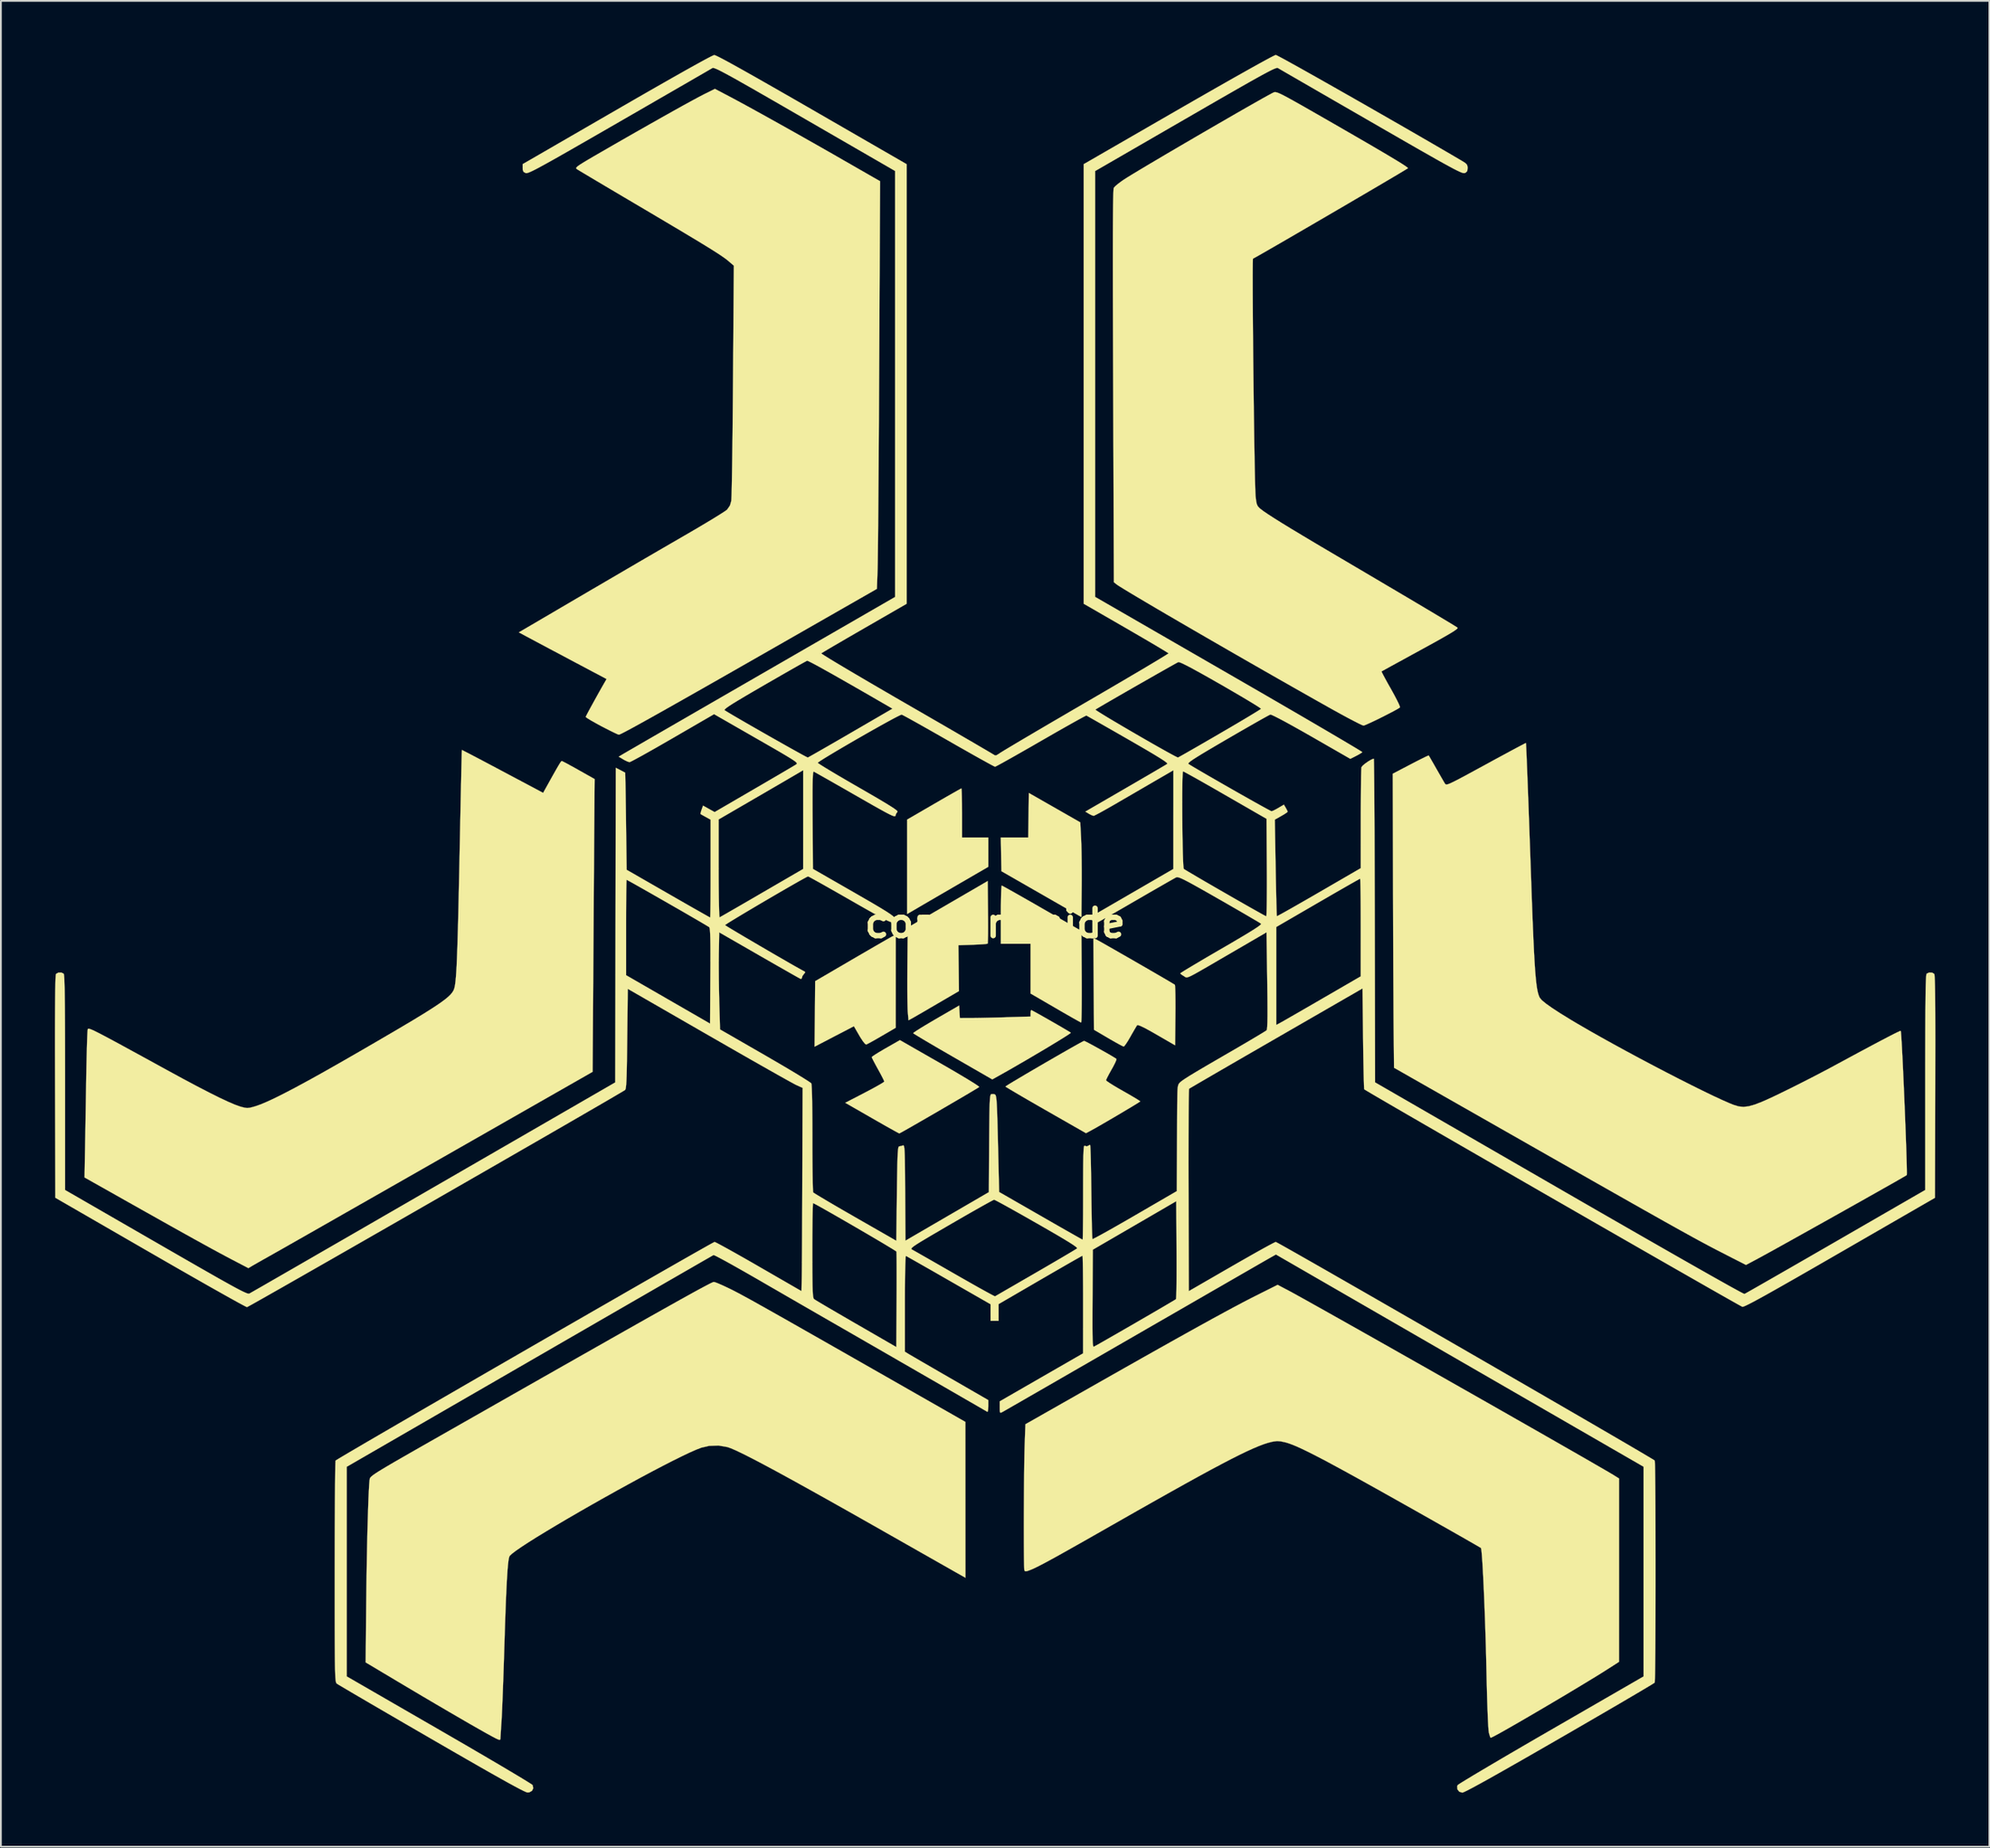
<source format=kicad_pcb>
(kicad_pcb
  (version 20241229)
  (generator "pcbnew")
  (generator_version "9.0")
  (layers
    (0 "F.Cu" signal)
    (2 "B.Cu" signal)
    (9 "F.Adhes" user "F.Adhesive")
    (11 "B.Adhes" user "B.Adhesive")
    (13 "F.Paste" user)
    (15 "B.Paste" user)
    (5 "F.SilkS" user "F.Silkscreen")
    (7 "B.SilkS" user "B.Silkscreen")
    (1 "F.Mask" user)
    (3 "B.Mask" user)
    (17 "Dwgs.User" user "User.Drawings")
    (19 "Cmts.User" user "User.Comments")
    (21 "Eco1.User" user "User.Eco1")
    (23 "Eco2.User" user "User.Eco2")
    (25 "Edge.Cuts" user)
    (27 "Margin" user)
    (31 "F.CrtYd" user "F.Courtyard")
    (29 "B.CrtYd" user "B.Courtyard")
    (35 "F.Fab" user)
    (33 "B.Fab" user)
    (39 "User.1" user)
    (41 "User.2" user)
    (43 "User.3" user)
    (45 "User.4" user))
  (footprint "copperinside"
    (layer "F.Cu")
    (at 52.254 48.265)
    (property "Reference" "copperinside" (at 0 0 0) (layer "F.SilkS") (effects (font (size 1.524 1.524) (thickness 0.3))))
    (attr through_hole)
    (fp_poly (pts (xy 4.731 -5.606) (xy 4.778 -4.692) (xy 4.791 -4.368) (xy 4.801 -3.947) (xy 4.808 -3.46) (xy 4.812 -2.936) (xy 4.812 -2.406) (xy 4.81 -2.06) (xy 4.794 -0.342) (xy 0.349 -2.892) (xy 0.314 -4.763) (xy 1.839 -4.763) (xy 1.856 -6.001) (xy 1.873 -7.239) (xy 4.731 -5.606)) (stroke (width 0.01) (type solid)) (fill yes) (layer "F.SilkS"))
    (fp_poly (pts (xy -5.525 3.221) (xy -5.526 5.81) (xy -6.305 6.266) (xy -6.592 6.432) (xy -6.843 6.573) (xy -7.036 6.679) (xy -7.15 6.736) (xy -7.167 6.742) (xy -7.235 6.699) (xy -7.345 6.564) (xy -7.482 6.357) (xy -7.55 6.243) (xy -7.849 5.724) (xy -8.942 6.293) (xy -10.035 6.863) (xy -10.001 3.22) (xy -8.001 2.052) (xy -7.533 1.779) (xy -7.09 1.522) (xy -6.687 1.288) (xy -6.339 1.087) (xy -6.058 0.925) (xy -5.86 0.812) (xy -5.763 0.758) (xy -5.524 0.632) (xy -5.525 3.221)) (stroke (width 0.01) (type solid)) (fill yes) (layer "F.SilkS"))
    (fp_poly (pts (xy -1.864 -7.433) (xy -1.856 -7.263) (xy -1.849 -7.004) (xy -1.844 -6.673) (xy -1.842 -6.287) (xy -1.841 -6.128) (xy -1.841 -4.763) (xy -0.381 -4.763) (xy -0.381 -3.136) (xy -1.921 -2.242) (xy -2.368 -1.982) (xy -2.82 -1.719) (xy -3.255 -1.467) (xy -3.647 -1.238) (xy -3.973 -1.048) (xy -4.175 -0.93) (xy -4.889 -0.512) (xy -4.889 -5.761) (xy -3.398 -6.627) (xy -3.004 -6.855) (xy -2.647 -7.06) (xy -2.341 -7.235) (xy -2.1 -7.371) (xy -1.94 -7.46) (xy -1.874 -7.493) (xy -1.874 -7.493) (xy -1.864 -7.433)) (stroke (width 0.01) (type solid)) (fill yes) (layer "F.SilkS"))
    (fp_poly (pts (xy -0.396 -0.623) (xy -0.393 -0.168) (xy -0.392 0.244) (xy -0.394 0.597) (xy -0.399 0.874) (xy -0.405 1.059) (xy -0.414 1.133) (xy -0.414 1.134) (xy -0.488 1.149) (xy -0.663 1.166) (xy -0.914 1.182) (xy -1.215 1.195) (xy -1.245 1.196) (xy -2.041 1.222) (xy -2.026 2.497) (xy -2.012 3.771) (xy -3.245 4.491) (xy -3.611 4.705) (xy -3.95 4.903) (xy -4.243 5.072) (xy -4.47 5.204) (xy -4.614 5.286) (xy -4.646 5.303) (xy -4.815 5.395) (xy -4.856 4.936) (xy -4.865 4.76) (xy -4.872 4.476) (xy -4.878 4.104) (xy -4.881 3.663) (xy -4.881 3.172) (xy -4.879 2.65) (xy -4.877 2.358) (xy -4.858 0.239) (xy -0.413 -2.345) (xy -0.396 -0.623)) (stroke (width 0.01) (type solid)) (fill yes) (layer "F.SilkS"))
    (fp_poly (pts (xy 0.429 -2.062) (xy 0.591 -1.974) (xy 0.838 -1.836) (xy 1.16 -1.655) (xy 1.543 -1.437) (xy 1.977 -1.19) (xy 2.448 -0.92) (xy 2.603 -0.83) (xy 4.794 0.43) (xy 4.811 2.977) (xy 4.813 3.532) (xy 4.813 4.044) (xy 4.811 4.502) (xy 4.807 4.891) (xy 4.801 5.197) (xy 4.793 5.409) (xy 4.783 5.511) (xy 4.779 5.519) (xy 4.713 5.487) (xy 4.553 5.399) (xy 4.314 5.265) (xy 4.011 5.092) (xy 3.659 4.89) (xy 3.35 4.71) (xy 1.968 3.907) (xy 1.968 1.143) (xy 0.318 1.143) (xy 0.318 -0.476) (xy 0.319 -0.915) (xy 0.324 -1.308) (xy 0.332 -1.639) (xy 0.342 -1.891) (xy 0.354 -2.048) (xy 0.365 -2.093) (xy 0.429 -2.062)) (stroke (width 0.01) (type solid)) (fill yes) (layer "F.SilkS"))
    (fp_poly (pts (xy 5.635 0.912) (xy 5.752 0.976) (xy 5.957 1.091) (xy 6.235 1.249) (xy 6.572 1.441) (xy 6.952 1.659) (xy 7.363 1.894) (xy 7.788 2.139) (xy 8.213 2.384) (xy 8.625 2.622) (xy 9.008 2.844) (xy 9.347 3.042) (xy 9.629 3.206) (xy 9.838 3.33) (xy 9.961 3.404) (xy 9.986 3.421) (xy 9.999 3.495) (xy 10.009 3.679) (xy 10.016 3.955) (xy 10.02 4.306) (xy 10.021 4.715) (xy 10.018 5.127) (xy 10.001 6.785) (xy 8.973 6.191) (xy 8.578 5.966) (xy 8.28 5.806) (xy 8.071 5.707) (xy 7.943 5.664) (xy 7.888 5.672) (xy 7.833 5.757) (xy 7.734 5.925) (xy 7.605 6.148) (xy 7.519 6.302) (xy 7.382 6.536) (xy 7.262 6.72) (xy 7.175 6.832) (xy 7.144 6.855) (xy 7.069 6.824) (xy 6.906 6.739) (xy 6.677 6.612) (xy 6.402 6.455) (xy 6.287 6.388) (xy 5.493 5.922) (xy 5.476 3.372) (xy 5.46 0.821) (xy 5.635 0.912)) (stroke (width 0.01) (type solid)) (fill yes) (layer "F.SilkS"))
    (fp_poly (pts (xy -1.981 4.923) (xy -1.962 5.271) (xy -1.378 5.27) (xy -1.133 5.268) (xy -0.79 5.263) (xy -0.382 5.254) (xy 0.064 5.243) (xy 0.517 5.231) (xy 0.587 5.228) (xy 1.968 5.187) (xy 1.968 5.006) (xy 1.979 4.877) (xy 2.002 4.826) (xy 2.066 4.856) (xy 2.219 4.938) (xy 2.44 5.061) (xy 2.709 5.213) (xy 3.005 5.381) (xy 3.308 5.555) (xy 3.598 5.722) (xy 3.852 5.871) (xy 4.052 5.989) (xy 4.176 6.066) (xy 4.206 6.087) (xy 4.163 6.127) (xy 4.022 6.222) (xy 3.798 6.364) (xy 3.503 6.547) (xy 3.15 6.761) (xy 2.753 7) (xy 2.324 7.254) (xy 1.877 7.518) (xy 1.424 7.781) (xy 0.98 8.038) (xy 0.556 8.28) (xy 0.194 8.483) (xy -0.159 8.68) (xy -2.349 7.419) (xy -2.829 7.141) (xy -3.274 6.883) (xy -3.671 6.65) (xy -4.009 6.45) (xy -4.275 6.29) (xy -4.459 6.177) (xy -4.548 6.117) (xy -4.555 6.111) (xy -4.506 6.067) (xy -4.363 5.97) (xy -4.139 5.829) (xy -3.85 5.653) (xy -3.511 5.452) (xy -3.285 5.32) (xy -2 4.576) (xy -1.981 4.923)) (stroke (width 0.01) (type solid)) (fill yes) (layer "F.SilkS"))
    (fp_poly (pts (xy -3.064 7.774) (xy -2.582 8.051) (xy -2.138 8.31) (xy -1.744 8.545) (xy -1.41 8.746) (xy -1.149 8.909) (xy -0.971 9.027) (xy -0.888 9.091) (xy -0.884 9.1) (xy -0.95 9.144) (xy -1.11 9.241) (xy -1.35 9.385) (xy -1.657 9.567) (xy -2.016 9.777) (xy -2.412 10.009) (xy -2.832 10.254) (xy -3.26 10.504) (xy -3.684 10.749) (xy -4.088 10.983) (xy -4.459 11.196) (xy -4.781 11.381) (xy -5.042 11.529) (xy -5.226 11.631) (xy -5.319 11.68) (xy -5.327 11.683) (xy -5.39 11.652) (xy -5.549 11.566) (xy -5.788 11.433) (xy -6.093 11.262) (xy -6.449 11.059) (xy -6.842 10.835) (xy -6.847 10.831) (xy -8.329 9.981) (xy -7.246 9.42) (xy -6.909 9.242) (xy -6.615 9.082) (xy -6.381 8.949) (xy -6.224 8.852) (xy -6.161 8.802) (xy -6.161 8.8) (xy -6.19 8.724) (xy -6.269 8.563) (xy -6.386 8.341) (xy -6.509 8.117) (xy -6.648 7.863) (xy -6.761 7.649) (xy -6.835 7.5) (xy -6.858 7.442) (xy -6.806 7.395) (xy -6.663 7.298) (xy -6.448 7.164) (xy -6.182 7.006) (xy -6.076 6.946) (xy -5.293 6.498) (xy -3.064 7.774)) (stroke (width 0.01) (type solid)) (fill yes) (layer "F.SilkS"))
    (fp_poly (pts (xy 5.016 6.57) (xy 5.174 6.651) (xy 5.396 6.769) (xy 5.656 6.912) (xy 5.933 7.066) (xy 6.202 7.218) (xy 6.439 7.355) (xy 6.622 7.465) (xy 6.727 7.533) (xy 6.741 7.544) (xy 6.729 7.614) (xy 6.663 7.767) (xy 6.555 7.978) (xy 6.471 8.128) (xy 6.338 8.365) (xy 6.234 8.563) (xy 6.172 8.695) (xy 6.161 8.731) (xy 6.215 8.782) (xy 6.361 8.882) (xy 6.583 9.021) (xy 6.861 9.186) (xy 7.114 9.331) (xy 7.425 9.508) (xy 7.693 9.665) (xy 7.9 9.79) (xy 8.029 9.873) (xy 8.064 9.902) (xy 8.012 9.941) (xy 7.867 10.032) (xy 7.647 10.166) (xy 7.369 10.333) (xy 7.051 10.523) (xy 6.71 10.724) (xy 6.364 10.927) (xy 6.03 11.121) (xy 5.725 11.297) (xy 5.467 11.443) (xy 5.273 11.55) (xy 5.244 11.566) (xy 5.048 11.669) (xy 2.812 10.391) (xy 2.328 10.113) (xy 1.879 9.854) (xy 1.478 9.621) (xy 1.136 9.421) (xy 0.865 9.26) (xy 0.677 9.146) (xy 0.583 9.086) (xy 0.574 9.078) (xy 0.626 9.039) (xy 0.774 8.945) (xy 1.004 8.805) (xy 1.302 8.628) (xy 1.652 8.42) (xy 2.042 8.191) (xy 2.455 7.95) (xy 2.88 7.703) (xy 3.3 7.46) (xy 3.702 7.229) (xy 4.071 7.018) (xy 4.393 6.836) (xy 4.654 6.69) (xy 4.839 6.59) (xy 4.935 6.543) (xy 4.943 6.54) (xy 5.016 6.57)) (stroke (width 0.01) (type solid)) (fill yes) (layer "F.SilkS"))
    (fp_poly (pts (xy -14.756 -45.945) (xy -14.37 -45.739) (xy -13.889 -45.478) (xy -13.33 -45.171) (xy -12.708 -44.827) (xy -12.039 -44.454) (xy -11.34 -44.063) (xy -10.625 -43.66) (xy -9.91 -43.255) (xy -9.212 -42.858) (xy -8.826 -42.637) (xy -8.386 -42.384) (xy -7.963 -42.142) (xy -7.575 -41.919) (xy -7.24 -41.727) (xy -6.976 -41.575) (xy -6.799 -41.474) (xy -6.77 -41.457) (xy -6.395 -41.243) (xy -6.445 -31.02) (xy -6.451 -29.87) (xy -6.457 -28.743) (xy -6.463 -27.647) (xy -6.47 -26.588) (xy -6.476 -25.575) (xy -6.483 -24.615) (xy -6.49 -23.716) (xy -6.496 -22.886) (xy -6.503 -22.133) (xy -6.509 -21.463) (xy -6.515 -20.886) (xy -6.521 -20.408) (xy -6.526 -20.037) (xy -6.531 -19.781) (xy -6.533 -19.691) (xy -6.572 -18.585) (xy -12.16 -15.389) (xy -13.42 -14.669) (xy -14.573 -14.011) (xy -15.62 -13.414) (xy -16.565 -12.877) (xy -17.41 -12.398) (xy -18.157 -11.976) (xy -18.809 -11.609) (xy -19.369 -11.296) (xy -19.838 -11.036) (xy -20.219 -10.828) (xy -20.515 -10.669) (xy -20.728 -10.559) (xy -20.86 -10.496) (xy -20.913 -10.479) (xy -20.992 -10.507) (xy -21.162 -10.586) (xy -21.402 -10.704) (xy -21.691 -10.851) (xy -21.876 -10.947) (xy -22.177 -11.11) (xy -22.434 -11.255) (xy -22.626 -11.371) (xy -22.736 -11.448) (xy -22.754 -11.47) (xy -22.721 -11.541) (xy -22.637 -11.702) (xy -22.513 -11.932) (xy -22.361 -12.21) (xy -22.193 -12.515) (xy -22.019 -12.827) (xy -21.852 -13.124) (xy -21.745 -13.311) (xy -21.594 -13.573) (xy -23.037 -14.338) (xy -23.501 -14.585) (xy -23.996 -14.848) (xy -24.488 -15.109) (xy -24.946 -15.353) (xy -25.338 -15.562) (xy -25.475 -15.635) (xy -26.47 -16.166) (xy -25.125 -16.954) (xy -24.137 -17.534) (xy -23.248 -18.055) (xy -22.448 -18.524) (xy -21.727 -18.945) (xy -21.076 -19.326) (xy -20.484 -19.672) (xy -19.942 -19.989) (xy -19.438 -20.283) (xy -18.963 -20.559) (xy -18.508 -20.824) (xy -18.061 -21.083) (xy -17.614 -21.342) (xy -17.272 -21.54) (xy -16.784 -21.824) (xy -16.324 -22.095) (xy -15.906 -22.345) (xy -15.543 -22.566) (xy -15.247 -22.75) (xy -15.032 -22.889) (xy -14.912 -22.974) (xy -14.897 -22.987) (xy -14.736 -23.219) (xy -14.663 -23.474) (xy -14.656 -23.579) (xy -14.647 -23.803) (xy -14.639 -24.136) (xy -14.63 -24.568) (xy -14.621 -25.092) (xy -14.612 -25.697) (xy -14.603 -26.375) (xy -14.594 -27.117) (xy -14.586 -27.913) (xy -14.578 -28.756) (xy -14.571 -29.635) (xy -14.567 -30.165) (xy -14.521 -36.548) (xy -14.826 -36.809) (xy -14.927 -36.891) (xy -15.055 -36.986) (xy -15.217 -37.099) (xy -15.421 -37.234) (xy -15.674 -37.395) (xy -15.981 -37.587) (xy -16.352 -37.814) (xy -16.792 -38.08) (xy -17.308 -38.39) (xy -17.908 -38.747) (xy -18.598 -39.157) (xy -19.386 -39.624) (xy -20.032 -40.005) (xy -20.605 -40.344) (xy -21.148 -40.665) (xy -21.651 -40.963) (xy -22.103 -41.231) (xy -22.494 -41.464) (xy -22.814 -41.655) (xy -23.052 -41.797) (xy -23.198 -41.886) (xy -23.238 -41.911) (xy -23.273 -41.94) (xy -23.285 -41.972) (xy -23.263 -42.014) (xy -23.199 -42.074) (xy -23.082 -42.157) (xy -22.901 -42.272) (xy -22.647 -42.425) (xy -22.31 -42.623) (xy -21.879 -42.872) (xy -21.548 -43.063) (xy -20.741 -43.527) (xy -19.966 -43.97) (xy -19.23 -44.388) (xy -18.545 -44.775) (xy -17.919 -45.127) (xy -17.362 -45.437) (xy -16.883 -45.7) (xy -16.491 -45.911) (xy -16.196 -46.066) (xy -16.114 -46.107) (xy -15.574 -46.375) (xy -14.756 -45.945)) (stroke (width 0.01) (type solid)) (fill yes) (layer "F.SilkS"))
    (fp_poly (pts (xy 16.342 20.44) (xy 16.558 20.556) (xy 16.872 20.729) (xy 17.277 20.954) (xy 17.764 21.227) (xy 18.327 21.542) (xy 18.958 21.897) (xy 19.648 22.285) (xy 20.391 22.704) (xy 21.179 23.149) (xy 22.003 23.615) (xy 22.856 24.098) (xy 23.732 24.594) (xy 24.621 25.098) (xy 25.516 25.607) (xy 26.41 26.114) (xy 27.295 26.617) (xy 28.163 27.111) (xy 29.006 27.592) (xy 29.817 28.054) (xy 30.589 28.495) (xy 31.313 28.909) (xy 31.982 29.292) (xy 32.588 29.639) (xy 33.124 29.948) (xy 33.581 30.212) (xy 33.953 30.428) (xy 34.231 30.591) (xy 34.407 30.697) (xy 34.433 30.713) (xy 34.671 30.863) (xy 34.671 35.958) (xy 34.67 41.053) (xy 34.111 41.413) (xy 33.803 41.609) (xy 33.428 41.842) (xy 32.997 42.105) (xy 32.521 42.393) (xy 32.013 42.699) (xy 31.484 43.015) (xy 30.945 43.334) (xy 30.408 43.651) (xy 29.884 43.958) (xy 29.385 44.249) (xy 28.922 44.517) (xy 28.506 44.755) (xy 28.15 44.956) (xy 27.864 45.114) (xy 27.661 45.222) (xy 27.551 45.272) (xy 27.537 45.276) (xy 27.506 45.22) (xy 27.462 45.077) (xy 27.436 44.974) (xy 27.42 44.845) (xy 27.403 44.603) (xy 27.385 44.258) (xy 27.367 43.825) (xy 27.349 43.315) (xy 27.332 42.741) (xy 27.316 42.116) (xy 27.306 41.656) (xy 27.29 40.953) (xy 27.272 40.237) (xy 27.25 39.518) (xy 27.226 38.809) (xy 27.201 38.12) (xy 27.175 37.464) (xy 27.148 36.851) (xy 27.121 36.294) (xy 27.095 35.803) (xy 27.069 35.39) (xy 27.045 35.067) (xy 27.023 34.845) (xy 27.003 34.735) (xy 26.998 34.726) (xy 26.936 34.688) (xy 26.774 34.593) (xy 26.525 34.449) (xy 26.199 34.262) (xy 25.808 34.039) (xy 25.363 33.786) (xy 24.876 33.51) (xy 24.511 33.303) (xy 23.396 32.672) (xy 22.385 32.103) (xy 21.473 31.591) (xy 20.654 31.134) (xy 19.922 30.728) (xy 19.272 30.372) (xy 18.698 30.061) (xy 18.195 29.793) (xy 17.756 29.565) (xy 17.376 29.374) (xy 17.05 29.216) (xy 16.772 29.089) (xy 16.536 28.991) (xy 16.336 28.917) (xy 16.168 28.865) (xy 16.131 28.855) (xy 15.873 28.799) (xy 15.67 28.784) (xy 15.461 28.809) (xy 15.369 28.828) (xy 15.162 28.881) (xy 14.925 28.957) (xy 14.653 29.06) (xy 14.339 29.192) (xy 13.979 29.356) (xy 13.567 29.555) (xy 13.097 29.792) (xy 12.564 30.07) (xy 11.961 30.391) (xy 11.283 30.76) (xy 10.525 31.179) (xy 9.681 31.65) (xy 8.745 32.177) (xy 7.711 32.762) (xy 6.575 33.41) (xy 6.477 33.465) (xy 5.67 33.925) (xy 4.965 34.326) (xy 4.354 34.671) (xy 3.831 34.965) (xy 3.387 35.213) (xy 3.014 35.417) (xy 2.706 35.583) (xy 2.454 35.714) (xy 2.251 35.815) (xy 2.089 35.891) (xy 1.978 35.937) (xy 1.792 36.006) (xy 1.69 36.024) (xy 1.64 35.995) (xy 1.625 35.964) (xy 1.616 35.879) (xy 1.61 35.682) (xy 1.604 35.385) (xy 1.6 35.003) (xy 1.597 34.551) (xy 1.596 34.041) (xy 1.595 33.489) (xy 1.596 32.908) (xy 1.599 32.313) (xy 1.602 31.717) (xy 1.606 31.134) (xy 1.612 30.579) (xy 1.619 30.065) (xy 1.626 29.607) (xy 1.635 29.218) (xy 1.643 28.958) (xy 1.683 27.848) (xy 5.302 25.792) (xy 6.562 25.077) (xy 7.718 24.423) (xy 8.773 23.827) (xy 9.733 23.288) (xy 10.603 22.802) (xy 11.388 22.366) (xy 12.092 21.978) (xy 12.72 21.636) (xy 13.278 21.335) (xy 13.769 21.075) (xy 14.2 20.851) (xy 14.469 20.715) (xy 15.698 20.098) (xy 16.342 20.44)) (stroke (width 0.01) (type solid)) (fill yes) (layer "F.SilkS"))
    (fp_poly (pts (xy -15.533 19.966) (xy -15.346 20.041) (xy -15.093 20.153) (xy -14.799 20.292) (xy -14.692 20.344) (xy -14.566 20.407) (xy -14.428 20.479) (xy -14.271 20.561) (xy -14.091 20.657) (xy -13.882 20.771) (xy -13.638 20.904) (xy -13.355 21.061) (xy -13.027 21.245) (xy -12.649 21.457) (xy -12.214 21.702) (xy -11.718 21.983) (xy -11.155 22.302) (xy -10.52 22.663) (xy -9.808 23.068) (xy -9.012 23.521) (xy -8.128 24.025) (xy -7.15 24.583) (xy -6.072 25.197) (xy -4.89 25.872) (xy -4.876 25.88) (xy -1.655 27.718) (xy -1.653 32.049) (xy -1.651 36.38) (xy -2.334 35.993) (xy -2.527 35.883) (xy -2.817 35.719) (xy -3.189 35.507) (xy -3.629 35.257) (xy -4.123 34.977) (xy -4.656 34.674) (xy -5.214 34.356) (xy -5.779 34.036) (xy -7.053 33.312) (xy -8.22 32.652) (xy -9.284 32.054) (xy -10.248 31.516) (xy -11.113 31.036) (xy -11.884 30.613) (xy -12.563 30.246) (xy -13.153 29.933) (xy -13.657 29.671) (xy -14.077 29.461) (xy -14.416 29.3) (xy -14.678 29.186) (xy -14.866 29.119) (xy -14.867 29.118) (xy -15.373 29.03) (xy -15.9 29.049) (xy -16.328 29.149) (xy -16.602 29.255) (xy -16.962 29.413) (xy -17.397 29.62) (xy -17.898 29.868) (xy -18.455 30.153) (xy -19.057 30.468) (xy -19.696 30.809) (xy -20.361 31.171) (xy -21.043 31.546) (xy -21.732 31.931) (xy -22.418 32.318) (xy -23.091 32.704) (xy -23.742 33.082) (xy -24.362 33.447) (xy -24.939 33.793) (xy -25.465 34.114) (xy -25.929 34.406) (xy -26.322 34.663) (xy -26.635 34.879) (xy -26.856 35.048) (xy -26.978 35.165) (xy -26.991 35.186) (xy -27.021 35.279) (xy -27.05 35.447) (xy -27.078 35.697) (xy -27.105 36.032) (xy -27.132 36.461) (xy -27.159 36.987) (xy -27.187 37.617) (xy -27.215 38.358) (xy -27.244 39.213) (xy -27.274 40.164) (xy -27.295 40.835) (xy -27.317 41.496) (xy -27.339 42.13) (xy -27.361 42.722) (xy -27.382 43.254) (xy -27.401 43.71) (xy -27.418 44.075) (xy -27.432 44.331) (xy -27.434 44.355) (xy -27.456 44.682) (xy -27.474 44.967) (xy -27.487 45.184) (xy -27.494 45.308) (xy -27.495 45.323) (xy -27.502 45.371) (xy -27.535 45.39) (xy -27.61 45.372) (xy -27.743 45.312) (xy -27.952 45.202) (xy -28.252 45.037) (xy -28.291 45.015) (xy -28.676 44.798) (xy -29.156 44.524) (xy -29.717 44.199) (xy -30.345 43.834) (xy -31.026 43.435) (xy -31.747 43.011) (xy -32.492 42.569) (xy -33.249 42.119) (xy -33.351 42.058) (xy -34.983 41.084) (xy -34.951 37.735) (xy -34.942 36.904) (xy -34.93 36.083) (xy -34.916 35.284) (xy -34.901 34.516) (xy -34.884 33.791) (xy -34.865 33.121) (xy -34.846 32.516) (xy -34.827 31.987) (xy -34.807 31.546) (xy -34.787 31.204) (xy -34.768 30.971) (xy -34.758 30.893) (xy -34.745 30.851) (xy -34.717 30.805) (xy -34.664 30.751) (xy -34.58 30.682) (xy -34.457 30.595) (xy -34.285 30.483) (xy -34.058 30.344) (xy -33.767 30.17) (xy -33.405 29.958) (xy -32.963 29.703) (xy -32.434 29.4) (xy -31.809 29.043) (xy -31.157 28.672) (xy -29.581 27.775) (xy -28.111 26.939) (xy -26.745 26.161) (xy -25.478 25.441) (xy -24.308 24.776) (xy -23.23 24.164) (xy -22.241 23.603) (xy -21.337 23.09) (xy -20.516 22.625) (xy -19.773 22.205) (xy -19.105 21.828) (xy -18.508 21.493) (xy -17.979 21.196) (xy -17.515 20.936) (xy -17.111 20.712) (xy -16.764 20.52) (xy -16.471 20.36) (xy -16.228 20.229) (xy -16.032 20.125) (xy -15.879 20.046) (xy -15.765 19.99) (xy -15.687 19.956) (xy -15.642 19.94) (xy -15.632 19.939) (xy -15.533 19.966)) (stroke (width 0.01) (type solid)) (fill yes) (layer "F.SilkS"))
    (fp_poly (pts (xy -29.578 -9.602) (xy -29.421 -9.522) (xy -29.176 -9.395) (xy -28.855 -9.227) (xy -28.469 -9.024) (xy -28.031 -8.792) (xy -27.552 -8.538) (xy -27.372 -8.442) (xy -25.12 -7.245) (xy -24.778 -7.861) (xy -24.559 -8.253) (xy -24.393 -8.547) (xy -24.272 -8.756) (xy -24.188 -8.894) (xy -24.132 -8.974) (xy -24.097 -9.009) (xy -24.08 -9.015) (xy -24.012 -8.984) (xy -23.853 -8.902) (xy -23.623 -8.777) (xy -23.342 -8.622) (xy -23.146 -8.512) (xy -22.257 -8.011) (xy -22.264 -7.387) (xy -22.266 -7.243) (xy -22.268 -6.98) (xy -22.271 -6.608) (xy -22.274 -6.135) (xy -22.278 -5.57) (xy -22.283 -4.921) (xy -22.288 -4.197) (xy -22.293 -3.408) (xy -22.299 -2.561) (xy -22.305 -1.665) (xy -22.312 -0.73) (xy -22.318 0.237) (xy -22.321 0.748) (xy -22.371 8.259) (xy -30.696 13.011) (xy -31.665 13.564) (xy -32.617 14.107) (xy -33.543 14.635) (xy -34.437 15.145) (xy -35.292 15.632) (xy -36.101 16.093) (xy -36.856 16.524) (xy -37.551 16.92) (xy -38.179 17.278) (xy -38.732 17.592) (xy -39.204 17.861) (xy -39.587 18.078) (xy -39.874 18.242) (xy -40.059 18.346) (xy -40.069 18.351) (xy -40.412 18.545) (xy -40.73 18.724) (xy -41 18.878) (xy -41.201 18.993) (xy -41.309 19.055) (xy -41.501 19.17) (xy -42.452 18.673) (xy -42.764 18.508) (xy -43.119 18.318) (xy -43.524 18.098) (xy -43.986 17.844) (xy -44.513 17.553) (xy -45.112 17.22) (xy -45.791 16.841) (xy -46.556 16.411) (xy -47.416 15.928) (xy -48.378 15.386) (xy -48.528 15.301) (xy -50.606 14.13) (xy -50.578 12.573) (xy -50.571 12.136) (xy -50.561 11.598) (xy -50.551 10.989) (xy -50.54 10.334) (xy -50.529 9.663) (xy -50.518 9.001) (xy -50.51 8.511) (xy -50.5 7.956) (xy -50.488 7.438) (xy -50.476 6.971) (xy -50.464 6.57) (xy -50.452 6.25) (xy -50.441 6.024) (xy -50.43 5.907) (xy -50.428 5.896) (xy -50.416 5.875) (xy -50.392 5.864) (xy -50.35 5.866) (xy -50.282 5.886) (xy -50.181 5.927) (xy -50.039 5.993) (xy -49.85 6.087) (xy -49.605 6.214) (xy -49.298 6.376) (xy -48.92 6.579) (xy -48.466 6.826) (xy -47.927 7.12) (xy -47.296 7.465) (xy -46.566 7.865) (xy -46.038 8.155) (xy -45.151 8.638) (xy -44.369 9.055) (xy -43.691 9.406) (xy -43.114 9.694) (xy -42.636 9.919) (xy -42.254 10.083) (xy -41.967 10.185) (xy -41.925 10.198) (xy -41.719 10.251) (xy -41.566 10.271) (xy -41.416 10.256) (xy -41.217 10.204) (xy -41.105 10.171) (xy -40.815 10.069) (xy -40.452 9.916) (xy -40.012 9.71) (xy -39.49 9.449) (xy -38.883 9.131) (xy -38.186 8.754) (xy -37.396 8.316) (xy -36.509 7.813) (xy -35.52 7.245) (xy -35.179 7.048) (xy -34.318 6.548) (xy -33.56 6.105) (xy -32.899 5.716) (xy -32.329 5.376) (xy -31.841 5.08) (xy -31.431 4.823) (xy -31.089 4.602) (xy -30.811 4.412) (xy -30.588 4.248) (xy -30.414 4.106) (xy -30.282 3.981) (xy -30.186 3.869) (xy -30.118 3.765) (xy -30.088 3.704) (xy -30.059 3.626) (xy -30.033 3.522) (xy -30.009 3.384) (xy -29.987 3.206) (xy -29.966 2.981) (xy -29.946 2.702) (xy -29.927 2.364) (xy -29.909 1.959) (xy -29.891 1.48) (xy -29.873 0.921) (xy -29.854 0.276) (xy -29.835 -0.463) (xy -29.816 -1.301) (xy -29.795 -2.246) (xy -29.773 -3.305) (xy -29.749 -4.483) (xy -29.747 -4.57) (xy -29.732 -5.359) (xy -29.716 -6.11) (xy -29.702 -6.813) (xy -29.688 -7.461) (xy -29.675 -8.042) (xy -29.664 -8.547) (xy -29.654 -8.967) (xy -29.646 -9.292) (xy -29.64 -9.513) (xy -29.636 -9.62) (xy -29.635 -9.628) (xy -29.578 -9.602)) (stroke (width 0.01) (type solid)) (fill yes) (layer "F.SilkS"))
    (fp_poly (pts (xy 29.503 -9.949) (xy 29.513 -9.761) (xy 29.527 -9.457) (xy 29.544 -9.045) (xy 29.565 -8.531) (xy 29.588 -7.92) (xy 29.615 -7.219) (xy 29.644 -6.433) (xy 29.675 -5.57) (xy 29.708 -4.635) (xy 29.744 -3.634) (xy 29.781 -2.573) (xy 29.781 -2.572) (xy 29.818 -1.517) (xy 29.852 -0.582) (xy 29.885 0.242) (xy 29.916 0.962) (xy 29.946 1.585) (xy 29.976 2.121) (xy 30.005 2.575) (xy 30.036 2.956) (xy 30.068 3.272) (xy 30.101 3.531) (xy 30.137 3.739) (xy 30.176 3.905) (xy 30.218 4.036) (xy 30.264 4.14) (xy 30.378 4.276) (xy 30.607 4.466) (xy 30.95 4.71) (xy 31.407 5.008) (xy 31.979 5.36) (xy 32.385 5.602) (xy 32.989 5.952) (xy 33.648 6.325) (xy 34.347 6.714) (xy 35.076 7.112) (xy 35.819 7.512) (xy 36.566 7.907) (xy 37.302 8.292) (xy 38.016 8.659) (xy 38.694 9.002) (xy 39.323 9.314) (xy 39.891 9.588) (xy 40.385 9.818) (xy 40.791 9.997) (xy 41.048 10.1) (xy 41.324 10.182) (xy 41.59 10.208) (xy 41.876 10.175) (xy 42.213 10.08) (xy 42.588 9.937) (xy 42.876 9.811) (xy 43.258 9.634) (xy 43.714 9.415) (xy 44.226 9.163) (xy 44.774 8.888) (xy 45.342 8.598) (xy 45.909 8.304) (xy 46.457 8.014) (xy 46.831 7.812) (xy 47.532 7.433) (xy 48.169 7.09) (xy 48.736 6.787) (xy 49.227 6.527) (xy 49.635 6.314) (xy 49.955 6.15) (xy 50.18 6.04) (xy 50.303 5.986) (xy 50.326 5.982) (xy 50.337 6.052) (xy 50.352 6.236) (xy 50.371 6.52) (xy 50.392 6.891) (xy 50.415 7.336) (xy 50.44 7.843) (xy 50.466 8.397) (xy 50.493 8.985) (xy 50.519 9.596) (xy 50.545 10.214) (xy 50.57 10.828) (xy 50.593 11.424) (xy 50.614 11.989) (xy 50.633 12.509) (xy 50.647 12.973) (xy 50.658 13.366) (xy 50.665 13.676) (xy 50.667 13.888) (xy 50.663 13.991) (xy 50.661 13.999) (xy 50.586 14.045) (xy 50.412 14.146) (xy 50.148 14.298) (xy 49.805 14.493) (xy 49.393 14.726) (xy 48.925 14.99) (xy 48.41 15.281) (xy 47.858 15.591) (xy 47.282 15.915) (xy 46.691 16.247) (xy 46.096 16.58) (xy 45.507 16.909) (xy 44.937 17.228) (xy 44.394 17.531) (xy 43.89 17.812) (xy 43.436 18.064) (xy 43.043 18.282) (xy 42.72 18.459) (xy 42.479 18.591) (xy 42.405 18.63) (xy 41.725 18.993) (xy 40.373 18.301) (xy 40.146 18.184) (xy 39.914 18.063) (xy 39.671 17.936) (xy 39.413 17.798) (xy 39.133 17.647) (xy 38.826 17.48) (xy 38.487 17.293) (xy 38.11 17.084) (xy 37.689 16.85) (xy 37.219 16.587) (xy 36.695 16.292) (xy 36.111 15.963) (xy 35.461 15.596) (xy 34.74 15.187) (xy 33.943 14.735) (xy 33.064 14.236) (xy 32.097 13.686) (xy 31.037 13.083) (xy 29.879 12.424) (xy 28.617 11.705) (xy 28.435 11.602) (xy 22.168 8.033) (xy 22.148 6.096) (xy 22.145 5.747) (xy 22.141 5.283) (xy 22.138 4.718) (xy 22.135 4.063) (xy 22.131 3.331) (xy 22.127 2.535) (xy 22.124 1.686) (xy 22.121 0.799) (xy 22.118 -0.116) (xy 22.115 -1.044) (xy 22.112 -1.975) (xy 22.112 -2.074) (xy 22.096 -8.308) (xy 23.086 -8.827) (xy 23.407 -8.993) (xy 23.687 -9.135) (xy 23.906 -9.243) (xy 24.048 -9.309) (xy 24.094 -9.324) (xy 24.131 -9.264) (xy 24.217 -9.115) (xy 24.342 -8.899) (xy 24.491 -8.637) (xy 24.509 -8.604) (xy 24.669 -8.325) (xy 24.813 -8.075) (xy 24.925 -7.881) (xy 24.991 -7.77) (xy 24.993 -7.768) (xy 25.017 -7.734) (xy 25.049 -7.714) (xy 25.1 -7.711) (xy 25.18 -7.731) (xy 25.3 -7.779) (xy 25.47 -7.86) (xy 25.702 -7.977) (xy 26.005 -8.138) (xy 26.39 -8.346) (xy 26.869 -8.606) (xy 27.282 -8.831) (xy 27.766 -9.095) (xy 28.213 -9.337) (xy 28.613 -9.553) (xy 28.952 -9.735) (xy 29.22 -9.877) (xy 29.403 -9.972) (xy 29.491 -10.015) (xy 29.497 -10.017) (xy 29.503 -9.949)) (stroke (width 0.01) (type solid)) (fill yes) (layer "F.SilkS"))
    (fp_poly (pts (xy 15.611 -46.189) (xy 15.706 -46.161) (xy 15.838 -46.105) (xy 16.019 -46.016) (xy 16.259 -45.889) (xy 16.569 -45.718) (xy 16.96 -45.498) (xy 17.443 -45.223) (xy 17.847 -44.992) (xy 18.786 -44.453) (xy 19.618 -43.973) (xy 20.348 -43.551) (xy 20.978 -43.185) (xy 21.513 -42.871) (xy 21.956 -42.608) (xy 22.313 -42.394) (xy 22.585 -42.225) (xy 22.778 -42.1) (xy 22.895 -42.017) (xy 22.94 -41.973) (xy 22.94 -41.966) (xy 22.874 -41.923) (xy 22.708 -41.822) (xy 22.453 -41.669) (xy 22.119 -41.471) (xy 21.716 -41.233) (xy 21.255 -40.961) (xy 20.746 -40.662) (xy 20.199 -40.342) (xy 19.625 -40.005) (xy 19.033 -39.659) (xy 18.435 -39.31) (xy 17.84 -38.963) (xy 17.259 -38.625) (xy 16.702 -38.301) (xy 16.179 -37.997) (xy 15.7 -37.72) (xy 15.277 -37.476) (xy 14.919 -37.27) (xy 14.637 -37.109) (xy 14.44 -36.998) (xy 14.34 -36.944) (xy 14.33 -36.94) (xy 14.323 -36.875) (xy 14.318 -36.694) (xy 14.315 -36.406) (xy 14.313 -36.022) (xy 14.314 -35.551) (xy 14.315 -35.004) (xy 14.318 -34.391) (xy 14.322 -33.723) (xy 14.328 -33.009) (xy 14.334 -32.259) (xy 14.341 -31.485) (xy 14.35 -30.695) (xy 14.359 -29.9) (xy 14.368 -29.111) (xy 14.378 -28.337) (xy 14.389 -27.589) (xy 14.399 -26.876) (xy 14.41 -26.21) (xy 14.421 -25.6) (xy 14.432 -25.056) (xy 14.442 -24.589) (xy 14.453 -24.208) (xy 14.463 -23.924) (xy 14.472 -23.748) (xy 14.475 -23.719) (xy 14.506 -23.46) (xy 14.542 -23.291) (xy 14.598 -23.176) (xy 14.687 -23.079) (xy 14.741 -23.033) (xy 14.902 -22.91) (xy 15.152 -22.739) (xy 15.494 -22.518) (xy 15.93 -22.244) (xy 16.465 -21.917) (xy 17.101 -21.534) (xy 17.842 -21.092) (xy 18.669 -20.603) (xy 19.816 -19.927) (xy 20.855 -19.314) (xy 21.788 -18.763) (xy 22.616 -18.274) (xy 23.342 -17.844) (xy 23.967 -17.472) (xy 24.493 -17.159) (xy 24.922 -16.902) (xy 25.255 -16.702) (xy 25.495 -16.555) (xy 25.643 -16.463) (xy 25.699 -16.424) (xy 25.693 -16.39) (xy 25.626 -16.328) (xy 25.49 -16.233) (xy 25.277 -16.102) (xy 24.979 -15.928) (xy 24.591 -15.709) (xy 24.103 -15.439) (xy 23.635 -15.183) (xy 23.158 -14.922) (xy 22.717 -14.68) (xy 22.324 -14.465) (xy 21.991 -14.283) (xy 21.73 -14.139) (xy 21.554 -14.042) (xy 21.476 -13.998) (xy 21.473 -13.996) (xy 21.495 -13.938) (xy 21.572 -13.788) (xy 21.692 -13.564) (xy 21.846 -13.284) (xy 22 -13.012) (xy 22.175 -12.696) (xy 22.321 -12.418) (xy 22.429 -12.196) (xy 22.49 -12.049) (xy 22.498 -11.997) (xy 22.408 -11.936) (xy 22.23 -11.835) (xy 21.988 -11.706) (xy 21.704 -11.56) (xy 21.404 -11.409) (xy 21.11 -11.265) (xy 20.845 -11.14) (xy 20.635 -11.045) (xy 20.501 -10.992) (xy 20.471 -10.986) (xy 20.386 -11.016) (xy 20.205 -11.101) (xy 19.944 -11.234) (xy 19.616 -11.406) (xy 19.237 -11.611) (xy 18.822 -11.84) (xy 18.666 -11.927) (xy 17.976 -12.315) (xy 17.248 -12.727) (xy 16.488 -13.158) (xy 15.705 -13.603) (xy 14.908 -14.059) (xy 14.104 -14.519) (xy 13.301 -14.98) (xy 12.509 -15.437) (xy 11.734 -15.884) (xy 10.986 -16.318) (xy 10.271 -16.733) (xy 9.599 -17.125) (xy 8.977 -17.489) (xy 8.414 -17.821) (xy 7.918 -18.115) (xy 7.496 -18.367) (xy 7.158 -18.572) (xy 6.91 -18.726) (xy 6.762 -18.824) (xy 6.734 -18.845) (xy 6.598 -18.955) (xy 6.559 -29.846) (xy 6.554 -31.31) (xy 6.55 -32.651) (xy 6.547 -33.873) (xy 6.544 -34.981) (xy 6.543 -35.979) (xy 6.542 -36.87) (xy 6.543 -37.66) (xy 6.544 -38.352) (xy 6.547 -38.95) (xy 6.55 -39.459) (xy 6.554 -39.883) (xy 6.56 -40.226) (xy 6.566 -40.492) (xy 6.574 -40.685) (xy 6.582 -40.81) (xy 6.592 -40.871) (xy 6.594 -40.875) (xy 6.678 -40.969) (xy 6.842 -41.106) (xy 7.058 -41.266) (xy 7.192 -41.356) (xy 7.382 -41.477) (xy 7.662 -41.648) (xy 8.02 -41.864) (xy 8.445 -42.118) (xy 8.926 -42.403) (xy 9.452 -42.714) (xy 10.013 -43.043) (xy 10.598 -43.385) (xy 11.195 -43.734) (xy 11.795 -44.083) (xy 12.385 -44.425) (xy 12.956 -44.755) (xy 13.495 -45.066) (xy 13.993 -45.351) (xy 14.439 -45.605) (xy 14.821 -45.821) (xy 15.129 -45.992) (xy 15.352 -46.114) (xy 15.479 -46.178) (xy 15.493 -46.184) (xy 15.544 -46.195) (xy 15.611 -46.189)) (stroke (width 0.01) (type solid)) (fill yes) (layer "F.SilkS"))
    (fp_poly (pts (xy 15.666 -48.229) (xy 15.839 -48.139) (xy 16.105 -47.996) (xy 16.454 -47.803) (xy 16.88 -47.567) (xy 17.372 -47.291) (xy 17.922 -46.981) (xy 18.522 -46.642) (xy 19.163 -46.278) (xy 19.837 -45.895) (xy 20.535 -45.497) (xy 21.247 -45.089) (xy 21.967 -44.676) (xy 22.685 -44.264) (xy 23.392 -43.856) (xy 24.08 -43.458) (xy 24.74 -43.075) (xy 25.364 -42.711) (xy 25.94 -42.373) (xy 26.122 -42.258) (xy 26.218 -42.163) (xy 26.253 -42.056) (xy 26.257 -41.971) (xy 26.237 -41.81) (xy 26.157 -41.724) (xy 26.092 -41.696) (xy 26.055 -41.691) (xy 26 -41.699) (xy 25.92 -41.725) (xy 25.809 -41.772) (xy 25.66 -41.843) (xy 25.466 -41.942) (xy 25.22 -42.074) (xy 24.916 -42.24) (xy 24.548 -42.446) (xy 24.108 -42.696) (xy 23.589 -42.991) (xy 22.985 -43.337) (xy 22.29 -43.737) (xy 21.496 -44.194) (xy 20.885 -44.547) (xy 20.147 -44.973) (xy 19.439 -45.381) (xy 18.769 -45.768) (xy 18.144 -46.129) (xy 17.573 -46.459) (xy 17.064 -46.753) (xy 16.624 -47.007) (xy 16.261 -47.217) (xy 15.984 -47.377) (xy 15.801 -47.484) (xy 15.718 -47.531) (xy 15.716 -47.533) (xy 15.685 -47.541) (xy 15.634 -47.534) (xy 15.555 -47.508) (xy 15.443 -47.461) (xy 15.291 -47.387) (xy 15.092 -47.284) (xy 14.84 -47.149) (xy 14.528 -46.976) (xy 14.149 -46.764) (xy 13.697 -46.507) (xy 13.165 -46.203) (xy 12.546 -45.848) (xy 11.834 -45.438) (xy 11.023 -44.969) (xy 10.573 -44.709) (xy 5.556 -41.808) (xy 5.556 -18.138) (xy 12.994 -13.847) (xy 13.889 -13.33) (xy 14.753 -12.831) (xy 15.579 -12.352) (xy 16.361 -11.898) (xy 17.093 -11.472) (xy 17.769 -11.077) (xy 18.382 -10.718) (xy 18.926 -10.399) (xy 19.395 -10.122) (xy 19.782 -9.892) (xy 20.082 -9.713) (xy 20.286 -9.587) (xy 20.391 -9.519) (xy 20.403 -9.508) (xy 20.335 -9.454) (xy 20.188 -9.368) (xy 20.057 -9.298) (xy 19.739 -9.137) (xy 17.571 -10.383) (xy 17.04 -10.685) (xy 16.562 -10.953) (xy 16.146 -11.182) (xy 15.801 -11.366) (xy 15.537 -11.5) (xy 15.364 -11.58) (xy 15.294 -11.6) (xy 15.217 -11.562) (xy 15.042 -11.468) (xy 14.782 -11.323) (xy 14.449 -11.134) (xy 14.055 -10.909) (xy 13.613 -10.655) (xy 13.133 -10.377) (xy 12.921 -10.254) (xy 12.349 -9.92) (xy 11.879 -9.643) (xy 11.502 -9.418) (xy 11.212 -9.239) (xy 10.998 -9.102) (xy 10.853 -9) (xy 10.769 -8.928) (xy 10.736 -8.881) (xy 10.742 -8.858) (xy 10.817 -8.807) (xy 10.987 -8.703) (xy 11.237 -8.555) (xy 11.554 -8.37) (xy 11.922 -8.156) (xy 12.329 -7.922) (xy 12.759 -7.675) (xy 13.198 -7.424) (xy 13.633 -7.177) (xy 14.048 -6.942) (xy 14.431 -6.727) (xy 14.766 -6.54) (xy 15.04 -6.389) (xy 15.238 -6.283) (xy 15.347 -6.228) (xy 15.362 -6.223) (xy 15.448 -6.253) (xy 15.603 -6.331) (xy 15.736 -6.406) (xy 16.047 -6.59) (xy 16.151 -6.412) (xy 16.224 -6.279) (xy 16.256 -6.2) (xy 16.256 -6.198) (xy 16.205 -6.15) (xy 16.072 -6.061) (xy 15.899 -5.959) (xy 15.541 -5.757) (xy 15.588 -3.085) (xy 15.598 -2.515) (xy 15.609 -1.986) (xy 15.619 -1.51) (xy 15.629 -1.102) (xy 15.638 -0.773) (xy 15.646 -0.538) (xy 15.653 -0.41) (xy 15.656 -0.39) (xy 15.713 -0.416) (xy 15.869 -0.499) (xy 16.112 -0.634) (xy 16.43 -0.813) (xy 16.812 -1.031) (xy 17.247 -1.28) (xy 17.723 -1.554) (xy 17.999 -1.714) (xy 20.32 -3.061) (xy 20.321 -5.801) (xy 20.322 -6.383) (xy 20.324 -6.929) (xy 20.328 -7.424) (xy 20.333 -7.856) (xy 20.338 -8.21) (xy 20.345 -8.473) (xy 20.352 -8.631) (xy 20.356 -8.67) (xy 20.423 -8.757) (xy 20.563 -8.874) (xy 20.737 -8.996) (xy 20.906 -9.095) (xy 21.03 -9.143) (xy 21.044 -9.144) (xy 21.048 -9.082) (xy 21.053 -8.9) (xy 21.057 -8.605) (xy 21.062 -8.204) (xy 21.067 -7.705) (xy 21.071 -7.115) (xy 21.075 -6.441) (xy 21.08 -5.69) (xy 21.084 -4.868) (xy 21.087 -3.984) (xy 21.09 -3.045) (xy 21.093 -2.057) (xy 21.096 -1.028) (xy 21.098 -0.149) (xy 21.114 8.846) (xy 31.331 14.745) (xy 32.536 15.44) (xy 33.683 16.101) (xy 34.769 16.725) (xy 35.789 17.311) (xy 36.741 17.856) (xy 37.62 18.359) (xy 38.423 18.817) (xy 39.145 19.227) (xy 39.784 19.589) (xy 40.335 19.899) (xy 40.794 20.156) (xy 41.159 20.357) (xy 41.424 20.501) (xy 41.587 20.585) (xy 41.644 20.607) (xy 41.711 20.571) (xy 41.881 20.475) (xy 42.145 20.325) (xy 42.495 20.125) (xy 42.924 19.88) (xy 43.422 19.594) (xy 43.983 19.272) (xy 44.599 18.918) (xy 45.261 18.537) (xy 45.961 18.133) (xy 46.692 17.712) (xy 46.714 17.699) (xy 51.689 14.827) (xy 51.689 8.855) (xy 51.689 7.793) (xy 51.691 6.851) (xy 51.693 6.025) (xy 51.696 5.309) (xy 51.7 4.696) (xy 51.705 4.18) (xy 51.711 3.756) (xy 51.719 3.419) (xy 51.728 3.161) (xy 51.738 2.978) (xy 51.75 2.862) (xy 51.763 2.81) (xy 51.765 2.807) (xy 51.907 2.739) (xy 52.074 2.747) (xy 52.19 2.817) (xy 52.202 2.87) (xy 52.213 3.002) (xy 52.223 3.216) (xy 52.231 3.517) (xy 52.237 3.91) (xy 52.242 4.399) (xy 52.246 4.99) (xy 52.248 5.686) (xy 52.249 6.493) (xy 52.248 7.415) (xy 52.246 8.457) (xy 52.245 9.082) (xy 52.229 15.261) (xy 46.958 18.303) (xy 46.024 18.842) (xy 45.194 19.319) (xy 44.463 19.738) (xy 43.827 20.1) (xy 43.28 20.41) (xy 42.818 20.669) (xy 42.435 20.88) (xy 42.126 21.047) (xy 41.886 21.171) (xy 41.711 21.256) (xy 41.595 21.305) (xy 41.534 21.32) (xy 41.529 21.32) (xy 41.464 21.287) (xy 41.295 21.194) (xy 41.03 21.045) (xy 40.674 20.844) (xy 40.235 20.595) (xy 39.718 20.301) (xy 39.131 19.966) (xy 38.479 19.593) (xy 37.77 19.188) (xy 37.01 18.753) (xy 36.206 18.292) (xy 35.364 17.809) (xy 34.49 17.307) (xy 33.592 16.792) (xy 32.675 16.265) (xy 31.747 15.731) (xy 30.814 15.195) (xy 29.882 14.658) (xy 28.958 14.126) (xy 28.049 13.603) (xy 27.161 13.091) (xy 26.3 12.594) (xy 25.474 12.118) (xy 24.688 11.664) (xy 23.95 11.237) (xy 23.266 10.841) (xy 22.642 10.48) (xy 22.085 10.156) (xy 21.602 9.875) (xy 21.198 9.639) (xy 20.882 9.454) (xy 20.658 9.321) (xy 20.535 9.246) (xy 20.511 9.23) (xy 20.504 9.161) (xy 20.496 8.979) (xy 20.487 8.696) (xy 20.478 8.325) (xy 20.469 7.879) (xy 20.46 7.371) (xy 20.452 6.814) (xy 20.447 6.411) (xy 20.415 3.625) (xy 15.621 6.39) (xy 14.904 6.804) (xy 14.218 7.2) (xy 13.572 7.573) (xy 12.973 7.92) (xy 12.429 8.235) (xy 11.949 8.514) (xy 11.54 8.752) (xy 11.211 8.944) (xy 10.969 9.086) (xy 10.822 9.173) (xy 10.779 9.2) (xy 10.772 9.269) (xy 10.766 9.456) (xy 10.76 9.752) (xy 10.755 10.147) (xy 10.751 10.632) (xy 10.748 11.199) (xy 10.746 11.837) (xy 10.745 12.539) (xy 10.744 13.295) (xy 10.745 14.095) (xy 10.747 14.848) (xy 10.763 20.45) (xy 13.13 19.083) (xy 13.632 18.795) (xy 14.102 18.527) (xy 14.528 18.286) (xy 14.899 18.079) (xy 15.203 17.913) (xy 15.428 17.794) (xy 15.561 17.728) (xy 15.593 17.716) (xy 15.657 17.748) (xy 15.825 17.839) (xy 16.089 17.986) (xy 16.443 18.186) (xy 16.882 18.435) (xy 17.397 18.728) (xy 17.983 19.062) (xy 18.633 19.434) (xy 19.341 19.84) (xy 20.1 20.275) (xy 20.904 20.736) (xy 21.745 21.22) (xy 22.618 21.722) (xy 23.516 22.238) (xy 24.432 22.766) (xy 25.36 23.301) (xy 26.294 23.84) (xy 27.226 24.378) (xy 28.15 24.912) (xy 29.061 25.438) (xy 29.95 25.952) (xy 30.812 26.451) (xy 31.641 26.931) (xy 32.429 27.388) (xy 33.17 27.818) (xy 33.857 28.218) (xy 34.485 28.584) (xy 35.046 28.911) (xy 35.534 29.197) (xy 35.943 29.437) (xy 36.265 29.628) (xy 36.495 29.765) (xy 36.626 29.846) (xy 36.654 29.867) (xy 36.662 29.941) (xy 36.669 30.131) (xy 36.675 30.427) (xy 36.68 30.818) (xy 36.685 31.294) (xy 36.689 31.843) (xy 36.693 32.456) (xy 36.695 33.12) (xy 36.698 33.827) (xy 36.699 34.565) (xy 36.7 35.323) (xy 36.7 36.092) (xy 36.7 36.859) (xy 36.699 37.616) (xy 36.697 38.35) (xy 36.694 39.051) (xy 36.691 39.709) (xy 36.688 40.313) (xy 36.683 40.853) (xy 36.678 41.317) (xy 36.673 41.696) (xy 36.666 41.977) (xy 36.659 42.152) (xy 36.653 42.208) (xy 36.592 42.25) (xy 36.429 42.351) (xy 36.171 42.506) (xy 35.826 42.711) (xy 35.401 42.961) (xy 34.905 43.253) (xy 34.344 43.581) (xy 33.727 43.94) (xy 33.061 44.327) (xy 32.354 44.737) (xy 31.613 45.166) (xy 31.374 45.304) (xy 30.37 45.882) (xy 29.474 46.397) (xy 28.683 46.848) (xy 27.997 47.237) (xy 27.413 47.566) (xy 26.929 47.834) (xy 26.545 48.042) (xy 26.257 48.193) (xy 26.066 48.286) (xy 25.968 48.323) (xy 25.961 48.324) (xy 25.794 48.272) (xy 25.69 48.144) (xy 25.675 47.981) (xy 25.702 47.908) (xy 25.765 47.861) (xy 25.931 47.755) (xy 26.191 47.595) (xy 26.538 47.385) (xy 26.964 47.131) (xy 27.461 46.837) (xy 28.022 46.506) (xy 28.638 46.145) (xy 29.303 45.757) (xy 30.008 45.347) (xy 30.746 44.92) (xy 30.901 44.831) (xy 36.036 41.866) (xy 36.036 30.209) (xy 15.604 18.412) (xy 15.248 18.613) (xy 15.149 18.669) (xy 14.948 18.785) (xy 14.65 18.956) (xy 14.263 19.179) (xy 13.793 19.45) (xy 13.248 19.764) (xy 12.634 20.118) (xy 11.958 20.507) (xy 11.227 20.929) (xy 10.449 21.378) (xy 9.629 21.851) (xy 8.774 22.343) (xy 7.893 22.852) (xy 7.715 22.955) (xy 6.833 23.463) (xy 5.981 23.955) (xy 5.163 24.427) (xy 4.388 24.873) (xy 3.662 25.292) (xy 2.991 25.679) (xy 2.383 26.029) (xy 1.843 26.34) (xy 1.378 26.608) (xy 0.995 26.828) (xy 0.701 26.997) (xy 0.502 27.111) (xy 0.404 27.166) (xy 0.397 27.171) (xy 0.314 27.207) (xy 0.272 27.189) (xy 0.257 27.089) (xy 0.255 26.91) (xy 0.256 26.575) (xy 2.571 25.241) (xy 4.887 23.908) (xy 4.888 22.083) (xy 5.408 22.083) (xy 5.408 22.53) (xy 5.412 22.881) (xy 5.418 23.145) (xy 5.427 23.333) (xy 5.44 23.455) (xy 5.456 23.521) (xy 5.476 23.541) (xy 5.482 23.54) (xy 5.554 23.501) (xy 5.724 23.407) (xy 5.98 23.262) (xy 6.308 23.074) (xy 6.698 22.851) (xy 7.137 22.598) (xy 7.612 22.324) (xy 7.785 22.224) (xy 8.269 21.943) (xy 8.719 21.682) (xy 9.122 21.447) (xy 9.468 21.244) (xy 9.744 21.081) (xy 9.938 20.966) (xy 10.039 20.904) (xy 10.05 20.897) (xy 10.059 20.826) (xy 10.068 20.641) (xy 10.075 20.356) (xy 10.08 19.984) (xy 10.083 19.538) (xy 10.084 19.032) (xy 10.083 18.479) (xy 10.081 18.151) (xy 10.065 15.449) (xy 7.747 16.797) (xy 5.429 18.144) (xy 5.413 20.858) (xy 5.409 21.529) (xy 5.408 22.083) (xy 4.888 22.083) (xy 4.888 21.193) (xy 4.888 20.62) (xy 4.886 20.088) (xy 4.882 19.61) (xy 4.878 19.199) (xy 4.872 18.869) (xy 4.866 18.632) (xy 4.859 18.501) (xy 4.854 18.479) (xy 4.794 18.509) (xy 4.635 18.598) (xy 4.389 18.737) (xy 4.069 18.92) (xy 3.685 19.141) (xy 3.249 19.393) (xy 2.772 19.669) (xy 2.505 19.824) (xy 0.191 21.17) (xy 0.191 22.098) (xy -0.254 22.098) (xy -0.255 21.638) (xy -0.255 21.177) (xy -2.58 19.844) (xy -3.077 19.559) (xy -3.539 19.294) (xy -3.957 19.056) (xy -4.317 18.851) (xy -4.609 18.685) (xy -4.82 18.566) (xy -4.939 18.5) (xy -4.961 18.489) (xy -4.973 18.546) (xy -4.984 18.718) (xy -4.994 18.993) (xy -5.003 19.36) (xy -5.009 19.806) (xy -5.014 20.321) (xy -5.016 20.891) (xy -5.016 21.141) (xy -5.016 23.814) (xy -4.81 23.942) (xy -4.71 24.001) (xy -4.512 24.117) (xy -4.232 24.28) (xy -3.882 24.483) (xy -3.477 24.718) (xy -3.028 24.978) (xy -2.551 25.254) (xy -2.492 25.287) (xy -0.381 26.506) (xy -0.381 26.846) (xy -0.389 27.028) (xy -0.409 27.14) (xy -0.429 27.158) (xy -0.628 27.043) (xy -0.925 26.871) (xy -1.308 26.65) (xy -1.764 26.387) (xy -2.281 26.088) (xy -2.846 25.762) (xy -3.449 25.414) (xy -4.076 25.053) (xy -4.715 24.684) (xy -5.354 24.316) (xy -5.98 23.954) (xy -6.582 23.607) (xy -7.147 23.282) (xy -7.663 22.984) (xy -8.118 22.722) (xy -8.499 22.503) (xy -8.731 22.369) (xy -9.286 22.05) (xy -9.921 21.684) (xy -10.608 21.288) (xy -11.317 20.879) (xy -12.019 20.473) (xy -12.686 20.088) (xy -13.205 19.787) (xy -13.707 19.499) (xy -14.176 19.232) (xy -14.6 18.993) (xy -14.968 18.789) (xy -15.268 18.627) (xy -15.489 18.511) (xy -15.62 18.449) (xy -15.65 18.441) (xy -15.711 18.475) (xy -15.876 18.57) (xy -16.141 18.722) (xy -16.499 18.928) (xy -16.945 19.185) (xy -17.474 19.49) (xy -18.08 19.839) (xy -18.758 20.23) (xy -19.502 20.66) (xy -20.307 21.124) (xy -21.167 21.621) (xy -22.077 22.146) (xy -23.031 22.698) (xy -24.025 23.271) (xy -25.051 23.865) (xy -25.876 24.341) (xy -36.036 30.212) (xy -36.036 41.863) (xy -30.902 44.828) (xy -30.159 45.258) (xy -29.446 45.671) (xy -28.773 46.064) (xy -28.145 46.431) (xy -27.572 46.768) (xy -27.061 47.071) (xy -26.62 47.334) (xy -26.256 47.553) (xy -25.978 47.724) (xy -25.792 47.841) (xy -25.708 47.901) (xy -25.704 47.906) (xy -25.668 48.075) (xy -25.736 48.22) (xy -25.884 48.306) (xy -25.986 48.317) (xy -26.058 48.296) (xy -26.196 48.234) (xy -26.404 48.13) (xy -26.687 47.98) (xy -27.049 47.783) (xy -27.493 47.535) (xy -28.025 47.236) (xy -28.648 46.881) (xy -29.366 46.469) (xy -30.185 45.998) (xy -31.107 45.465) (xy -31.337 45.332) (xy -32.082 44.9) (xy -32.797 44.486) (xy -33.473 44.092) (xy -34.104 43.725) (xy -34.682 43.388) (xy -35.198 43.086) (xy -35.646 42.824) (xy -36.016 42.606) (xy -36.301 42.437) (xy -36.494 42.322) (xy -36.586 42.264) (xy -36.592 42.26) (xy -36.61 42.238) (xy -36.627 42.203) (xy -36.641 42.145) (xy -36.653 42.058) (xy -36.664 41.934) (xy -36.673 41.766) (xy -36.681 41.546) (xy -36.687 41.266) (xy -36.692 40.918) (xy -36.695 40.497) (xy -36.698 39.992) (xy -36.7 39.398) (xy -36.701 38.707) (xy -36.702 37.911) (xy -36.702 37.002) (xy -36.702 36.053) (xy -36.701 35.182) (xy -36.7 34.346) (xy -36.698 33.555) (xy -36.694 32.817) (xy -36.691 32.142) (xy -36.686 31.537) (xy -36.681 31.011) (xy -36.676 30.574) (xy -36.67 30.235) (xy -36.664 30.001) (xy -36.657 29.882) (xy -36.654 29.869) (xy -36.594 29.828) (xy -36.431 29.729) (xy -36.17 29.573) (xy -35.819 29.366) (xy -35.384 29.111) (xy -34.872 28.811) (xy -34.288 28.471) (xy -33.64 28.094) (xy -32.935 27.684) (xy -32.178 27.245) (xy -31.376 26.78) (xy -30.536 26.294) (xy -29.664 25.789) (xy -28.767 25.27) (xy -27.852 24.741) (xy -26.924 24.206) (xy -25.991 23.667) (xy -25.058 23.129) (xy -24.133 22.596) (xy -23.222 22.072) (xy -22.332 21.559) (xy -21.468 21.063) (xy -20.639 20.586) (xy -19.849 20.132) (xy -19.106 19.706) (xy -18.416 19.311) (xy -17.786 18.951) (xy -17.222 18.629) (xy -16.731 18.35) (xy -16.319 18.117) (xy -15.993 17.933) (xy -15.759 17.803) (xy -15.624 17.731) (xy -15.592 17.716) (xy -15.518 17.747) (xy -15.347 17.836) (xy -15.089 17.975) (xy -14.757 18.158) (xy -14.363 18.379) (xy -13.917 18.631) (xy -13.433 18.908) (xy -13.13 19.083) (xy -10.763 20.449) (xy -10.748 19.765) (xy -10.745 19.592) (xy -10.742 19.304) (xy -10.739 18.911) (xy -10.736 18.426) (xy -10.734 18.185) (xy -10.16 18.185) (xy -10.16 18.841) (xy -10.158 19.381) (xy -10.154 19.817) (xy -10.149 20.16) (xy -10.141 20.421) (xy -10.13 20.612) (xy -10.116 20.745) (xy -10.098 20.829) (xy -10.077 20.878) (xy -10.062 20.893) (xy -9.988 20.942) (xy -9.815 21.047) (xy -9.557 21.2) (xy -9.225 21.396) (xy -8.832 21.625) (xy -8.39 21.882) (xy -7.912 22.16) (xy -7.729 22.265) (xy -5.493 23.557) (xy -5.476 20.938) (xy -5.473 20.372) (xy -5.472 19.845) (xy -5.472 19.37) (xy -5.473 18.961) (xy -5.475 18.632) (xy -5.479 18.397) (xy -5.484 18.269) (xy -5.486 18.25) (xy -5.544 18.207) (xy -5.698 18.11) (xy -5.71 18.102) (xy -4.657 18.102) (xy -4.638 18.127) (xy -4.623 18.136) (xy -4.537 18.184) (xy -4.354 18.288) (xy -4.086 18.441) (xy -3.745 18.635) (xy -3.346 18.864) (xy -2.899 19.12) (xy -2.419 19.396) (xy -2.26 19.487) (xy -1.777 19.763) (xy -1.328 20.018) (xy -0.926 20.245) (xy -0.582 20.436) (xy -0.307 20.586) (xy -0.115 20.688) (xy -0.016 20.736) (xy -0.006 20.738) (xy 0.055 20.703) (xy 0.215 20.611) (xy 0.461 20.468) (xy 0.781 20.283) (xy 1.164 20.062) (xy 1.597 19.811) (xy 2.07 19.538) (xy 2.254 19.431) (xy 2.74 19.149) (xy 3.193 18.885) (xy 3.601 18.646) (xy 3.952 18.439) (xy 4.234 18.272) (xy 4.433 18.151) (xy 4.54 18.084) (xy 4.553 18.074) (xy 4.545 18.04) (xy 4.474 17.974) (xy 4.333 17.874) (xy 4.115 17.734) (xy 3.814 17.55) (xy 3.422 17.318) (xy 2.932 17.034) (xy 2.339 16.693) (xy 2.323 16.685) (xy 1.828 16.403) (xy 1.366 16.141) (xy 0.948 15.907) (xy 0.588 15.707) (xy 0.296 15.547) (xy 0.084 15.434) (xy -0.035 15.375) (xy -0.057 15.367) (xy -0.126 15.398) (xy -0.293 15.486) (xy -0.546 15.626) (xy -0.874 15.809) (xy -1.264 16.03) (xy -1.704 16.282) (xy -2.184 16.559) (xy -2.45 16.713) (xy -3.015 17.042) (xy -3.48 17.313) (xy -3.852 17.533) (xy -4.142 17.707) (xy -4.357 17.842) (xy -4.507 17.943) (xy -4.601 18.016) (xy -4.648 18.067) (xy -4.657 18.102) (xy -5.71 18.102) (xy -5.935 17.966) (xy -6.239 17.783) (xy -6.598 17.57) (xy -6.997 17.336) (xy -7.422 17.087) (xy -7.86 16.832) (xy -8.296 16.58) (xy -8.716 16.338) (xy -9.106 16.114) (xy -9.452 15.918) (xy -9.74 15.756) (xy -9.957 15.637) (xy -10.087 15.57) (xy -10.119 15.557) (xy -10.128 15.619) (xy -10.136 15.794) (xy -10.143 16.07) (xy -10.15 16.433) (xy -10.154 16.87) (xy -10.158 17.368) (xy -10.16 17.913) (xy -10.16 18.185) (xy -10.734 18.185) (xy -10.732 17.859) (xy -10.729 17.223) (xy -10.726 16.528) (xy -10.722 15.787) (xy -10.719 15.011) (xy -10.716 14.21) (xy -10.716 14.116) (xy -10.7 9.151) (xy -11.049 8.994) (xy -11.158 8.938) (xy -11.367 8.824) (xy -11.669 8.656) (xy -12.054 8.441) (xy -12.512 8.182) (xy -13.036 7.885) (xy -13.616 7.555) (xy -14.243 7.197) (xy -14.907 6.816) (xy -15.601 6.417) (xy -15.907 6.242) (xy -20.415 3.646) (xy -20.447 6.429) (xy -20.455 7.108) (xy -20.463 7.67) (xy -20.472 8.127) (xy -20.481 8.49) (xy -20.492 8.768) (xy -20.505 8.973) (xy -20.52 9.116) (xy -20.537 9.207) (xy -20.558 9.258) (xy -20.574 9.273) (xy -20.695 9.348) (xy -20.917 9.479) (xy -21.231 9.663) (xy -21.632 9.898) (xy -22.114 10.177) (xy -22.669 10.499) (xy -23.291 10.859) (xy -23.973 11.254) (xy -24.709 11.679) (xy -25.493 12.131) (xy -26.318 12.606) (xy -27.177 13.101) (xy -28.064 13.612) (xy -28.973 14.134) (xy -29.896 14.665) (xy -30.827 15.2) (xy -31.76 15.736) (xy -32.688 16.269) (xy -33.605 16.795) (xy -34.503 17.31) (xy -35.377 17.811) (xy -36.221 18.294) (xy -37.026 18.755) (xy -37.788 19.19) (xy -38.498 19.596) (xy -39.152 19.969) (xy -39.742 20.305) (xy -40.262 20.6) (xy -40.704 20.851) (xy -41.064 21.054) (xy -41.334 21.205) (xy -41.507 21.3) (xy -41.577 21.336) (xy -41.578 21.336) (xy -41.65 21.305) (xy -41.823 21.214) (xy -42.092 21.069) (xy -42.446 20.873) (xy -42.88 20.63) (xy -43.385 20.346) (xy -43.953 20.024) (xy -44.576 19.669) (xy -45.248 19.285) (xy -45.959 18.877) (xy -46.703 18.448) (xy -46.966 18.297) (xy -52.229 15.258) (xy -52.245 9.081) (xy -52.247 7.971) (xy -52.249 6.984) (xy -52.249 6.115) (xy -52.247 5.359) (xy -52.244 4.711) (xy -52.24 4.166) (xy -52.235 3.721) (xy -52.227 3.37) (xy -52.219 3.109) (xy -52.209 2.933) (xy -52.197 2.837) (xy -52.19 2.817) (xy -52.057 2.743) (xy -51.889 2.743) (xy -51.765 2.807) (xy -51.752 2.85) (xy -51.74 2.955) (xy -51.729 3.127) (xy -51.72 3.372) (xy -51.712 3.696) (xy -51.706 4.106) (xy -51.7 4.606) (xy -51.696 5.203) (xy -51.693 5.902) (xy -51.691 6.71) (xy -51.69 7.633) (xy -51.689 8.675) (xy -51.689 8.855) (xy -51.689 14.827) (xy -46.638 17.741) (xy -45.769 18.242) (xy -45.004 18.682) (xy -44.335 19.066) (xy -43.756 19.397) (xy -43.261 19.679) (xy -42.842 19.915) (xy -42.494 20.108) (xy -42.209 20.264) (xy -41.981 20.384) (xy -41.803 20.473) (xy -41.668 20.535) (xy -41.571 20.573) (xy -41.504 20.59) (xy -41.461 20.591) (xy -41.446 20.586) (xy -41.378 20.548) (xy -41.205 20.449) (xy -40.933 20.293) (xy -40.567 20.083) (xy -40.114 19.822) (xy -39.579 19.514) (xy -38.966 19.161) (xy -38.283 18.767) (xy -37.534 18.334) (xy -36.724 17.867) (xy -35.86 17.369) (xy -34.947 16.842) (xy -33.991 16.289) (xy -32.996 15.715) (xy -31.969 15.121) (xy -31.21 14.683) (xy -21.114 8.849) (xy -21.098 0.238) (xy -20.51 0.238) (xy -20.51 2.889) (xy -18.176 4.235) (xy -15.843 5.58) (xy -15.827 2.936) (xy -15.823 2.254) (xy -15.823 2.089) (xy -15.36 2.089) (xy -15.359 2.6) (xy -15.355 3.158) (xy -15.347 3.723) (xy -15.335 4.255) (xy -15.333 4.364) (xy -15.289 5.903) (xy -12.783 7.346) (xy -12.267 7.646) (xy -11.783 7.929) (xy -11.344 8.189) (xy -10.961 8.42) (xy -10.646 8.614) (xy -10.409 8.764) (xy -10.262 8.864) (xy -10.216 8.904) (xy -10.202 8.993) (xy -10.19 9.201) (xy -10.179 9.518) (xy -10.17 9.934) (xy -10.163 10.441) (xy -10.159 11.029) (xy -10.157 11.69) (xy -10.157 11.954) (xy -10.157 12.554) (xy -10.154 13.116) (xy -10.15 13.627) (xy -10.144 14.073) (xy -10.138 14.443) (xy -10.13 14.723) (xy -10.121 14.9) (xy -10.112 14.961) (xy -10.048 15.006) (xy -9.886 15.108) (xy -9.637 15.258) (xy -9.313 15.45) (xy -8.926 15.678) (xy -8.487 15.933) (xy -8.009 16.208) (xy -7.779 16.341) (xy -5.493 17.651) (xy -5.461 15.032) (xy -5.453 14.379) (xy -5.444 13.841) (xy -5.436 13.409) (xy -5.426 13.071) (xy -5.415 12.816) (xy -5.402 12.633) (xy -5.387 12.512) (xy -5.369 12.441) (xy -5.347 12.41) (xy -5.334 12.405) (xy -5.192 12.374) (xy -5.128 12.351) (xy -5.101 12.346) (xy -5.079 12.364) (xy -5.061 12.414) (xy -5.046 12.508) (xy -5.034 12.657) (xy -5.025 12.872) (xy -5.018 13.164) (xy -5.013 13.544) (xy -5.008 14.024) (xy -5.004 14.613) (xy -5.001 14.976) (xy -4.985 17.645) (xy -2.667 16.296) (xy -0.349 14.948) (xy -0.333 12.243) (xy -0.328 11.58) (xy -0.323 11.033) (xy -0.318 10.59) (xy -0.311 10.242) (xy -0.302 9.976) (xy -0.29 9.782) (xy -0.277 9.648) (xy -0.259 9.563) (xy -0.239 9.517) (xy -0.216 9.5) (xy -0.078 9.496) (xy -0.01 9.52) (xy 0.016 9.545) (xy 0.038 9.596) (xy 0.057 9.684) (xy 0.074 9.821) (xy 0.089 10.017) (xy 0.102 10.284) (xy 0.115 10.634) (xy 0.129 11.077) (xy 0.143 11.625) (xy 0.159 12.259) (xy 0.222 14.939) (xy 2.529 16.264) (xy 3.022 16.547) (xy 3.48 16.81) (xy 3.892 17.045) (xy 4.246 17.246) (xy 4.53 17.407) (xy 4.734 17.521) (xy 4.845 17.581) (xy 4.862 17.59) (xy 4.868 17.528) (xy 4.874 17.353) (xy 4.878 17.077) (xy 4.882 16.714) (xy 4.886 16.277) (xy 4.888 15.778) (xy 4.889 15.231) (xy 4.889 14.946) (xy 4.89 14.282) (xy 4.892 13.734) (xy 4.896 13.294) (xy 4.902 12.952) (xy 4.911 12.699) (xy 4.922 12.524) (xy 4.936 12.418) (xy 4.953 12.371) (xy 4.971 12.371) (xy 5.094 12.402) (xy 5.146 12.38) (xy 5.247 12.328) (xy 5.278 12.32) (xy 5.288 12.381) (xy 5.297 12.556) (xy 5.307 12.831) (xy 5.317 13.193) (xy 5.326 13.63) (xy 5.335 14.127) (xy 5.342 14.671) (xy 5.345 14.92) (xy 5.352 15.483) (xy 5.36 16.005) (xy 5.368 16.474) (xy 5.377 16.876) (xy 5.387 17.197) (xy 5.396 17.424) (xy 5.405 17.543) (xy 5.408 17.558) (xy 5.469 17.534) (xy 5.627 17.453) (xy 5.873 17.321) (xy 6.193 17.143) (xy 6.577 16.927) (xy 7.013 16.678) (xy 7.49 16.404) (xy 7.769 16.242) (xy 10.095 14.891) (xy 10.108 12.16) (xy 10.112 11.466) (xy 10.114 10.888) (xy 10.117 10.415) (xy 10.12 10.034) (xy 10.124 9.735) (xy 10.128 9.506) (xy 10.133 9.336) (xy 10.139 9.215) (xy 10.147 9.129) (xy 10.157 9.069) (xy 10.169 9.022) (xy 10.183 8.977) (xy 10.185 8.972) (xy 10.207 8.925) (xy 10.249 8.873) (xy 10.32 8.808) (xy 10.429 8.726) (xy 10.585 8.621) (xy 10.796 8.487) (xy 11.073 8.319) (xy 11.423 8.11) (xy 11.855 7.857) (xy 12.379 7.552) (xy 13.004 7.19) (xy 13.081 7.145) (xy 13.534 6.882) (xy 13.954 6.636) (xy 14.326 6.416) (xy 14.639 6.23) (xy 14.88 6.084) (xy 15.034 5.987) (xy 15.088 5.949) (xy 15.106 5.886) (xy 15.12 5.736) (xy 15.13 5.494) (xy 15.135 5.152) (xy 15.135 4.705) (xy 15.132 4.146) (xy 15.124 3.468) (xy 15.12 3.19) (xy 15.081 0.505) (xy 13.049 1.688) (xy 12.478 2.02) (xy 12.007 2.295) (xy 11.626 2.516) (xy 11.323 2.689) (xy 11.089 2.82) (xy 10.914 2.912) (xy 10.787 2.972) (xy 10.697 3.004) (xy 10.635 3.013) (xy 10.59 3.004) (xy 10.552 2.982) (xy 10.51 2.953) (xy 10.482 2.936) (xy 10.353 2.853) (xy 10.289 2.792) (xy 10.287 2.787) (xy 10.34 2.748) (xy 10.492 2.652) (xy 10.731 2.506) (xy 11.045 2.318) (xy 11.424 2.093) (xy 11.856 1.839) (xy 12.329 1.563) (xy 12.572 1.422) (xy 13.164 1.078) (xy 13.651 0.79) (xy 14.042 0.556) (xy 14.342 0.371) (xy 14.559 0.229) (xy 14.586 0.21) (xy 15.621 0.21) (xy 15.621 5.655) (xy 15.834 5.542) (xy 15.935 5.485) (xy 16.133 5.373) (xy 16.414 5.212) (xy 16.765 5.01) (xy 17.172 4.775) (xy 17.621 4.516) (xy 18.101 4.238) (xy 18.182 4.191) (xy 20.318 2.953) (xy 20.319 0.238) (xy 20.318 -0.335) (xy 20.316 -0.867) (xy 20.313 -1.345) (xy 20.308 -1.756) (xy 20.302 -2.086) (xy 20.296 -2.323) (xy 20.288 -2.454) (xy 20.284 -2.477) (xy 20.223 -2.446) (xy 20.064 -2.357) (xy 19.818 -2.218) (xy 19.497 -2.035) (xy 19.113 -1.815) (xy 18.676 -1.563) (xy 18.2 -1.287) (xy 17.934 -1.133) (xy 15.621 0.21) (xy 14.586 0.21) (xy 14.7 0.128) (xy 14.771 0.062) (xy 14.779 0.027) (xy 14.778 0.027) (xy 14.708 -0.019) (xy 14.539 -0.121) (xy 14.284 -0.271) (xy 13.955 -0.464) (xy 13.564 -0.691) (xy 13.124 -0.945) (xy 12.646 -1.22) (xy 12.453 -1.33) (xy 11.888 -1.653) (xy 11.422 -1.917) (xy 11.045 -2.127) (xy 10.747 -2.29) (xy 10.518 -2.409) (xy 10.348 -2.49) (xy 10.225 -2.538) (xy 10.141 -2.559) (xy 10.084 -2.558) (xy 10.064 -2.551) (xy 9.979 -2.506) (xy 9.797 -2.404) (xy 9.531 -2.252) (xy 9.193 -2.058) (xy 8.795 -1.83) (xy 8.351 -1.573) (xy 7.873 -1.296) (xy 7.727 -1.212) (xy 7.247 -0.933) (xy 6.8 -0.675) (xy 6.401 -0.446) (xy 6.059 -0.25) (xy 5.787 -0.097) (xy 5.598 0.009) (xy 5.502 0.06) (xy 5.493 0.064) (xy 5.473 0.007) (xy 5.47 -0.134) (xy 5.473 -0.197) (xy 5.493 -0.458) (xy 7.699 -1.737) (xy 9.905 -3.016) (xy 9.905 -5.759) (xy 9.906 -6.732) (xy 10.396 -6.732) (xy 10.397 -6.243) (xy 10.4 -5.737) (xy 10.405 -5.232) (xy 10.412 -4.742) (xy 10.42 -4.284) (xy 10.43 -3.873) (xy 10.442 -3.525) (xy 10.455 -3.256) (xy 10.47 -3.082) (xy 10.484 -3.02) (xy 10.55 -2.976) (xy 10.711 -2.878) (xy 10.954 -2.734) (xy 11.264 -2.552) (xy 11.626 -2.34) (xy 12.028 -2.107) (xy 12.454 -1.861) (xy 12.891 -1.61) (xy 13.324 -1.361) (xy 13.738 -1.124) (xy 14.121 -0.906) (xy 14.458 -0.716) (xy 14.734 -0.561) (xy 14.935 -0.45) (xy 15.048 -0.391) (xy 15.066 -0.384) (xy 15.076 -0.445) (xy 15.084 -0.619) (xy 15.091 -0.895) (xy 15.096 -1.259) (xy 15.099 -1.698) (xy 15.101 -2.198) (xy 15.1 -2.748) (xy 15.098 -3.092) (xy 15.081 -5.804) (xy 12.795 -7.121) (xy 12.303 -7.404) (xy 11.844 -7.667) (xy 11.43 -7.902) (xy 11.073 -8.103) (xy 10.784 -8.263) (xy 10.576 -8.376) (xy 10.461 -8.435) (xy 10.442 -8.442) (xy 10.427 -8.382) (xy 10.416 -8.211) (xy 10.407 -7.945) (xy 10.401 -7.599) (xy 10.397 -7.189) (xy 10.396 -6.732) (xy 9.906 -6.732) (xy 9.906 -8.503) (xy 8.969 -7.959) (xy 8.614 -7.753) (xy 8.185 -7.503) (xy 7.717 -7.231) (xy 7.246 -6.957) (xy 6.808 -6.703) (xy 6.79 -6.692) (xy 6.43 -6.484) (xy 6.103 -6.299) (xy 5.829 -6.147) (xy 5.621 -6.037) (xy 5.499 -5.977) (xy 5.474 -5.969) (xy 5.374 -6) (xy 5.226 -6.075) (xy 5.207 -6.087) (xy 5.014 -6.204) (xy 7.247 -7.499) (xy 7.734 -7.782) (xy 8.189 -8.047) (xy 8.6 -8.286) (xy 8.953 -8.493) (xy 9.238 -8.661) (xy 9.442 -8.781) (xy 9.552 -8.848) (xy 9.567 -8.858) (xy 9.562 -8.891) (xy 9.493 -8.955) (xy 9.352 -9.056) (xy 9.134 -9.196) (xy 8.831 -9.381) (xy 8.437 -9.615) (xy 7.944 -9.902) (xy 7.386 -10.224) (xy 6.896 -10.505) (xy 6.44 -10.766) (xy 6.03 -11) (xy 5.678 -11.201) (xy 5.396 -11.362) (xy 5.195 -11.476) (xy 5.087 -11.537) (xy 5.072 -11.545) (xy 5.009 -11.518) (xy 4.848 -11.434) (xy 4.599 -11.298) (xy 4.274 -11.117) (xy 3.885 -10.898) (xy 3.441 -10.646) (xy 2.955 -10.367) (xy 2.546 -10.132) (xy 2.033 -9.836) (xy 1.553 -9.562) (xy 1.117 -9.314) (xy 0.736 -9.099) (xy 0.422 -8.924) (xy 0.186 -8.795) (xy 0.039 -8.719) (xy -0.005 -8.7) (xy -0.074 -8.73) (xy -0.241 -8.818) (xy -0.495 -8.957) (xy -0.826 -9.14) (xy -1.221 -9.361) (xy -1.669 -9.615) (xy -2.159 -9.893) (xy -2.581 -10.135) (xy -3.099 -10.431) (xy -3.585 -10.707) (xy -4.028 -10.958) (xy -4.417 -11.176) (xy -4.74 -11.356) (xy -4.985 -11.49) (xy -5.141 -11.572) (xy -5.193 -11.596) (xy -5.267 -11.57) (xy -5.436 -11.488) (xy -5.685 -11.358) (xy -6 -11.186) (xy -6.368 -10.983) (xy -6.774 -10.755) (xy -7.204 -10.511) (xy -7.644 -10.259) (xy -8.081 -10.006) (xy -8.499 -9.762) (xy -8.886 -9.533) (xy -9.227 -9.329) (xy -9.508 -9.157) (xy -9.715 -9.025) (xy -9.834 -8.941) (xy -9.858 -8.916) (xy -9.806 -8.873) (xy -9.654 -8.774) (xy -9.416 -8.626) (xy -9.101 -8.436) (xy -8.723 -8.211) (xy -8.291 -7.958) (xy -7.818 -7.684) (xy -7.603 -7.56) (xy -7.017 -7.222) (xy -6.536 -6.942) (xy -6.151 -6.713) (xy -5.856 -6.532) (xy -5.643 -6.395) (xy -5.506 -6.296) (xy -5.436 -6.232) (xy -5.427 -6.197) (xy -5.429 -6.195) (xy -5.508 -6.08) (xy -5.536 -5.987) (xy -5.548 -5.956) (xy -5.582 -5.944) (xy -5.646 -5.955) (xy -5.75 -5.996) (xy -5.904 -6.07) (xy -6.119 -6.182) (xy -6.404 -6.339) (xy -6.77 -6.544) (xy -7.225 -6.804) (xy -7.779 -7.121) (xy -8.265 -7.4) (xy -8.719 -7.659) (xy -9.127 -7.892) (xy -9.479 -8.091) (xy -9.761 -8.251) (xy -9.961 -8.363) (xy -10.068 -8.421) (xy -10.081 -8.428) (xy -10.101 -8.413) (xy -10.117 -8.343) (xy -10.13 -8.211) (xy -10.139 -8.005) (xy -10.145 -7.717) (xy -10.149 -7.338) (xy -10.149 -6.857) (xy -10.148 -6.266) (xy -10.145 -5.74) (xy -10.128 -3.02) (xy -7.842 -1.708) (xy -7.249 -1.366) (xy -6.758 -1.081) (xy -6.362 -0.846) (xy -6.052 -0.655) (xy -5.822 -0.503) (xy -5.663 -0.383) (xy -5.567 -0.29) (xy -5.526 -0.217) (xy -5.533 -0.158) (xy -5.579 -0.108) (xy -5.652 -0.063) (xy -5.696 -0.051) (xy -5.761 -0.057) (xy -5.856 -0.087) (xy -5.992 -0.146) (xy -6.18 -0.239) (xy -6.429 -0.371) (xy -6.749 -0.548) (xy -7.152 -0.775) (xy -7.647 -1.056) (xy -8.067 -1.297) (xy -8.558 -1.578) (xy -9.015 -1.838) (xy -9.426 -2.071) (xy -9.78 -2.27) (xy -10.065 -2.428) (xy -10.268 -2.539) (xy -10.379 -2.597) (xy -10.396 -2.603) (xy -10.465 -2.573) (xy -10.629 -2.485) (xy -10.873 -2.35) (xy -11.182 -2.174) (xy -11.544 -1.967) (xy -11.944 -1.735) (xy -12.369 -1.488) (xy -12.804 -1.233) (xy -13.236 -0.979) (xy -13.651 -0.733) (xy -14.035 -0.504) (xy -14.374 -0.3) (xy -14.654 -0.129) (xy -14.862 0.000351) (xy -14.984 0.081) (xy -15.01 0.104) (xy -14.956 0.142) (xy -14.807 0.235) (xy -14.575 0.375) (xy -14.276 0.554) (xy -13.923 0.763) (xy -13.531 0.993) (xy -13.114 1.238) (xy -12.686 1.488) (xy -12.261 1.735) (xy -11.854 1.97) (xy -11.478 2.187) (xy -11.148 2.376) (xy -10.877 2.528) (xy -10.681 2.637) (xy -10.573 2.693) (xy -10.573 2.693) (xy -10.564 2.748) (xy -10.62 2.813) (xy -10.71 2.932) (xy -10.732 3.014) (xy -10.766 3.093) (xy -10.811 3.093) (xy -10.882 3.056) (xy -11.05 2.962) (xy -11.305 2.818) (xy -11.633 2.631) (xy -12.022 2.409) (xy -12.461 2.158) (xy -12.937 1.885) (xy -13.113 1.784) (xy -15.335 0.506) (xy -15.356 1.666) (xy -15.36 2.089) (xy -15.823 2.089) (xy -15.822 1.69) (xy -15.824 1.234) (xy -15.829 0.875) (xy -15.837 0.605) (xy -15.849 0.414) (xy -15.864 0.291) (xy -15.883 0.229) (xy -15.89 0.219) (xy -15.959 0.175) (xy -16.123 0.077) (xy -16.367 -0.067) (xy -16.678 -0.249) (xy -17.041 -0.459) (xy -17.443 -0.692) (xy -17.87 -0.937) (xy -18.306 -1.187) (xy -18.739 -1.435) (xy -19.153 -1.671) (xy -19.536 -1.889) (xy -19.872 -2.079) (xy -20.148 -2.234) (xy -20.349 -2.345) (xy -20.462 -2.405) (xy -20.481 -2.413) (xy -20.487 -2.352) (xy -20.493 -2.177) (xy -20.498 -1.901) (xy -20.503 -1.537) (xy -20.506 -1.1) (xy -20.509 -0.601) (xy -20.51 -0.054) (xy -20.51 0.238) (xy -21.098 0.238) (xy -21.098 0.105) (xy -21.082 -8.638) (xy -20.828 -8.509) (xy -20.673 -8.428) (xy -20.576 -8.375) (xy -20.561 -8.365) (xy -20.558 -8.3) (xy -20.553 -8.122) (xy -20.547 -7.843) (xy -20.54 -7.476) (xy -20.533 -7.036) (xy -20.526 -6.533) (xy -20.518 -5.983) (xy -20.514 -5.66) (xy -20.479 -2.97) (xy -18.171 -1.644) (xy -17.678 -1.361) (xy -17.22 -1.098) (xy -16.808 -0.863) (xy -16.454 -0.662) (xy -16.169 -0.501) (xy -15.966 -0.386) (xy -15.855 -0.326) (xy -15.838 -0.318) (xy -15.832 -0.379) (xy -15.827 -0.554) (xy -15.822 -0.831) (xy -15.818 -1.195) (xy -15.815 -1.634) (xy -15.813 -2.136) (xy -15.812 -2.686) (xy -15.812 -3.036) (xy -15.812 -5.755) (xy -15.837 -5.769) (xy -15.367 -5.769) (xy -15.367 -3.038) (xy -15.366 -2.449) (xy -15.362 -1.908) (xy -15.357 -1.427) (xy -15.349 -1.018) (xy -15.34 -0.693) (xy -15.33 -0.464) (xy -15.318 -0.344) (xy -15.312 -0.328) (xy -15.246 -0.364) (xy -15.083 -0.456) (xy -14.834 -0.599) (xy -14.51 -0.786) (xy -14.123 -1.009) (xy -13.685 -1.263) (xy -13.208 -1.54) (xy -12.963 -1.683) (xy -10.669 -3.016) (xy -10.668 -5.76) (xy -10.668 -8.505) (xy -11.351 -8.106) (xy -11.586 -7.968) (xy -11.91 -7.779) (xy -12.301 -7.552) (xy -12.736 -7.298) (xy -13.194 -7.032) (xy -13.653 -6.765) (xy -13.7 -6.738) (xy -15.367 -5.769) (xy -15.837 -5.769) (xy -16.081 -5.904) (xy -16.243 -5.994) (xy -16.35 -6.055) (xy -16.373 -6.069) (xy -16.368 -6.134) (xy -16.327 -6.271) (xy -16.313 -6.311) (xy -16.232 -6.536) (xy -15.911 -6.356) (xy -15.589 -6.177) (xy -13.395 -7.454) (xy -12.909 -7.737) (xy -12.454 -8.003) (xy -12.041 -8.244) (xy -11.684 -8.454) (xy -11.395 -8.624) (xy -11.187 -8.748) (xy -11.072 -8.818) (xy -11.058 -8.826) (xy -11.028 -8.852) (xy -11.018 -8.881) (xy -11.037 -8.921) (xy -11.095 -8.977) (xy -11.2 -9.054) (xy -11.363 -9.16) (xy -11.591 -9.299) (xy -11.894 -9.479) (xy -12.281 -9.704) (xy -12.762 -9.981) (xy -13.268 -10.271) (xy -15.62 -11.621) (xy -17.92 -10.287) (xy -18.415 -10.002) (xy -18.877 -9.737) (xy -19.296 -9.5) (xy -19.659 -9.297) (xy -19.955 -9.136) (xy -20.17 -9.021) (xy -20.294 -8.961) (xy -20.318 -8.954) (xy -20.429 -8.985) (xy -20.594 -9.064) (xy -20.666 -9.106) (xy -20.918 -9.258) (xy -20.635 -9.428) (xy -20.546 -9.479) (xy -20.354 -9.591) (xy -20.065 -9.758) (xy -19.687 -9.977) (xy -19.225 -10.245) (xy -18.686 -10.556) (xy -18.078 -10.908) (xy -17.406 -11.296) (xy -16.678 -11.717) (xy -16.44 -11.854) (xy -15.042 -11.854) (xy -15.036 -11.842) (xy -14.959 -11.79) (xy -14.787 -11.686) (xy -14.535 -11.536) (xy -14.217 -11.351) (xy -13.847 -11.136) (xy -13.439 -10.902) (xy -13.008 -10.655) (xy -12.568 -10.404) (xy -12.133 -10.158) (xy -11.717 -9.923) (xy -11.335 -9.708) (xy -11 -9.522) (xy -10.728 -9.372) (xy -10.532 -9.267) (xy -10.426 -9.215) (xy -10.413 -9.21) (xy -10.353 -9.24) (xy -10.195 -9.328) (xy -9.95 -9.467) (xy -9.63 -9.65) (xy -9.245 -9.871) (xy -8.809 -10.122) (xy -8.331 -10.399) (xy -8.042 -10.567) (xy -5.704 -11.926) (xy -6.138 -12.177) (xy -7.002 -12.677) (xy -7.775 -13.121) (xy -8.454 -13.509) (xy -9.039 -13.841) (xy -9.525 -14.113) (xy -9.911 -14.326) (xy -10.196 -14.477) (xy -10.375 -14.566) (xy -10.447 -14.592) (xy -10.517 -14.557) (xy -10.685 -14.465) (xy -10.939 -14.323) (xy -11.267 -14.137) (xy -11.658 -13.914) (xy -12.098 -13.661) (xy -12.578 -13.385) (xy -12.821 -13.245) (xy -13.406 -12.905) (xy -13.887 -12.623) (xy -14.273 -12.393) (xy -14.571 -12.211) (xy -14.789 -12.07) (xy -14.935 -11.967) (xy -15.017 -11.897) (xy -15.042 -11.854) (xy -16.44 -11.854) (xy -15.9 -12.166) (xy -15.078 -12.641) (xy -14.22 -13.136) (xy -13.332 -13.649) (xy -12.954 -13.867) (xy -5.556 -18.137) (xy -5.556 -41.81) (xy -10.573 -44.71) (xy -11.437 -45.209) (xy -12.197 -45.648) (xy -12.862 -46.03) (xy -13.436 -46.36) (xy -13.928 -46.639) (xy -14.342 -46.874) (xy -14.687 -47.066) (xy -14.969 -47.219) (xy -15.194 -47.338) (xy -15.368 -47.426) (xy -15.5 -47.486) (xy -15.595 -47.523) (xy -15.659 -47.539) (xy -15.701 -47.539) (xy -15.716 -47.532) (xy -15.789 -47.49) (xy -15.963 -47.389) (xy -16.232 -47.233) (xy -16.587 -47.028) (xy -17.02 -46.777) (xy -17.524 -46.486) (xy -18.089 -46.16) (xy -18.709 -45.802) (xy -19.375 -45.417) (xy -20.08 -45.01) (xy -20.816 -44.586) (xy -20.884 -44.546) (xy -21.75 -44.047) (xy -22.513 -43.608) (xy -23.18 -43.225) (xy -23.756 -42.895) (xy -24.25 -42.614) (xy -24.668 -42.379) (xy -25.016 -42.185) (xy -25.301 -42.03) (xy -25.53 -41.908) (xy -25.709 -41.818) (xy -25.846 -41.755) (xy -25.947 -41.715) (xy -26.018 -41.695) (xy -26.067 -41.691) (xy -26.091 -41.696) (xy -26.209 -41.763) (xy -26.253 -41.882) (xy -26.257 -41.973) (xy -26.257 -42.191) (xy -21.018 -45.221) (xy -20.128 -45.735) (xy -19.304 -46.209) (xy -18.55 -46.64) (xy -17.871 -47.026) (xy -17.272 -47.365) (xy -16.757 -47.653) (xy -16.331 -47.888) (xy -15.999 -48.067) (xy -15.765 -48.188) (xy -15.633 -48.249) (xy -15.609 -48.256) (xy -15.522 -48.226) (xy -15.33 -48.133) (xy -15.034 -47.978) (xy -14.633 -47.76) (xy -14.126 -47.478) (xy -13.512 -47.133) (xy -12.792 -46.724) (xy -11.964 -46.251) (xy -11.027 -45.714) (xy -10.179 -45.225) (xy -4.921 -42.19) (xy -4.921 -17.755) (xy -7.268 -16.402) (xy -7.766 -16.115) (xy -8.231 -15.845) (xy -8.65 -15.601) (xy -9.012 -15.39) (xy -9.306 -15.217) (xy -9.519 -15.09) (xy -9.64 -15.016) (xy -9.663 -15) (xy -9.617 -14.962) (xy -9.468 -14.865) (xy -9.225 -14.714) (xy -8.895 -14.514) (xy -8.486 -14.269) (xy -8.005 -13.984) (xy -7.462 -13.664) (xy -6.862 -13.312) (xy -6.214 -12.935) (xy -5.527 -12.535) (xy -4.899 -12.172) (xy -4.18 -11.757) (xy -3.492 -11.359) (xy -2.843 -10.984) (xy -2.242 -10.635) (xy -1.696 -10.317) (xy -1.212 -10.036) (xy -0.801 -9.795) (xy -0.468 -9.6) (xy -0.222 -9.455) (xy -0.072 -9.365) (xy -0.025 -9.334) (xy 0.063 -9.33) (xy 0.208 -9.417) (xy 0.224 -9.429) (xy 0.307 -9.484) (xy 0.491 -9.598) (xy 0.768 -9.765) (xy 1.13 -9.981) (xy 1.568 -10.241) (xy 2.074 -10.539) (xy 2.638 -10.871) (xy 3.253 -11.231) (xy 3.911 -11.615) (xy 4.355 -11.875) (xy 5.57 -11.875) (xy 5.613 -11.836) (xy 5.753 -11.744) (xy 5.976 -11.605) (xy 6.268 -11.427) (xy 6.616 -11.219) (xy 7.006 -10.989) (xy 7.423 -10.744) (xy 7.855 -10.493) (xy 8.287 -10.243) (xy 8.705 -10.003) (xy 9.097 -9.781) (xy 9.447 -9.584) (xy 9.743 -9.421) (xy 9.97 -9.299) (xy 10.115 -9.227) (xy 10.16 -9.211) (xy 10.22 -9.241) (xy 10.378 -9.329) (xy 10.622 -9.467) (xy 10.942 -9.65) (xy 11.325 -9.87) (xy 11.759 -10.121) (xy 12.234 -10.396) (xy 12.476 -10.537) (xy 12.966 -10.823) (xy 13.421 -11.09) (xy 13.829 -11.332) (xy 14.179 -11.542) (xy 14.459 -11.712) (xy 14.658 -11.836) (xy 14.764 -11.906) (xy 14.779 -11.919) (xy 14.729 -11.962) (xy 14.581 -12.06) (xy 14.345 -12.207) (xy 14.033 -12.396) (xy 13.657 -12.619) (xy 13.227 -12.871) (xy 12.756 -13.145) (xy 12.545 -13.266) (xy 11.923 -13.621) (xy 11.404 -13.912) (xy 10.984 -14.143) (xy 10.656 -14.316) (xy 10.417 -14.434) (xy 10.261 -14.5) (xy 10.183 -14.515) (xy 10.179 -14.514) (xy 10.103 -14.475) (xy 9.931 -14.38) (xy 9.679 -14.239) (xy 9.36 -14.059) (xy 8.99 -13.849) (xy 8.582 -13.616) (xy 8.15 -13.37) (xy 7.709 -13.118) (xy 7.274 -12.868) (xy 6.859 -12.629) (xy 6.478 -12.409) (xy 6.145 -12.216) (xy 5.875 -12.058) (xy 5.682 -11.944) (xy 5.581 -11.882) (xy 5.57 -11.875) (xy 4.355 -11.875) (xy 4.602 -12.018) (xy 5.032 -12.269) (xy 5.734 -12.677) (xy 6.403 -13.068) (xy 7.031 -13.436) (xy 7.61 -13.777) (xy 8.133 -14.085) (xy 8.59 -14.357) (xy 8.975 -14.588) (xy 9.28 -14.772) (xy 9.495 -14.905) (xy 9.614 -14.982) (xy 9.636 -15) (xy 9.579 -15.041) (xy 9.424 -15.138) (xy 9.181 -15.284) (xy 8.863 -15.474) (xy 8.479 -15.7) (xy 8.043 -15.955) (xy 7.564 -16.233) (xy 7.271 -16.403) (xy 4.921 -17.759) (xy 4.921 -42.189) (xy 10.182 -45.225) (xy 10.954 -45.669) (xy 11.692 -46.092) (xy 12.389 -46.49) (xy 13.037 -46.859) (xy 13.629 -47.193) (xy 14.158 -47.49) (xy 14.615 -47.745) (xy 14.995 -47.953) (xy 15.288 -48.111) (xy 15.488 -48.214) (xy 15.587 -48.259) (xy 15.595 -48.26) (xy 15.666 -48.229)) (stroke (width 0.01) (type solid)) (fill yes) (layer "F.SilkS")))
  (gr_rect
    (start -3 -3)
    (end 107.507 99.594)
    (stroke (width 0.1) (type default))
    (fill no)
    (layer "Edge.Cuts")))
</source>
